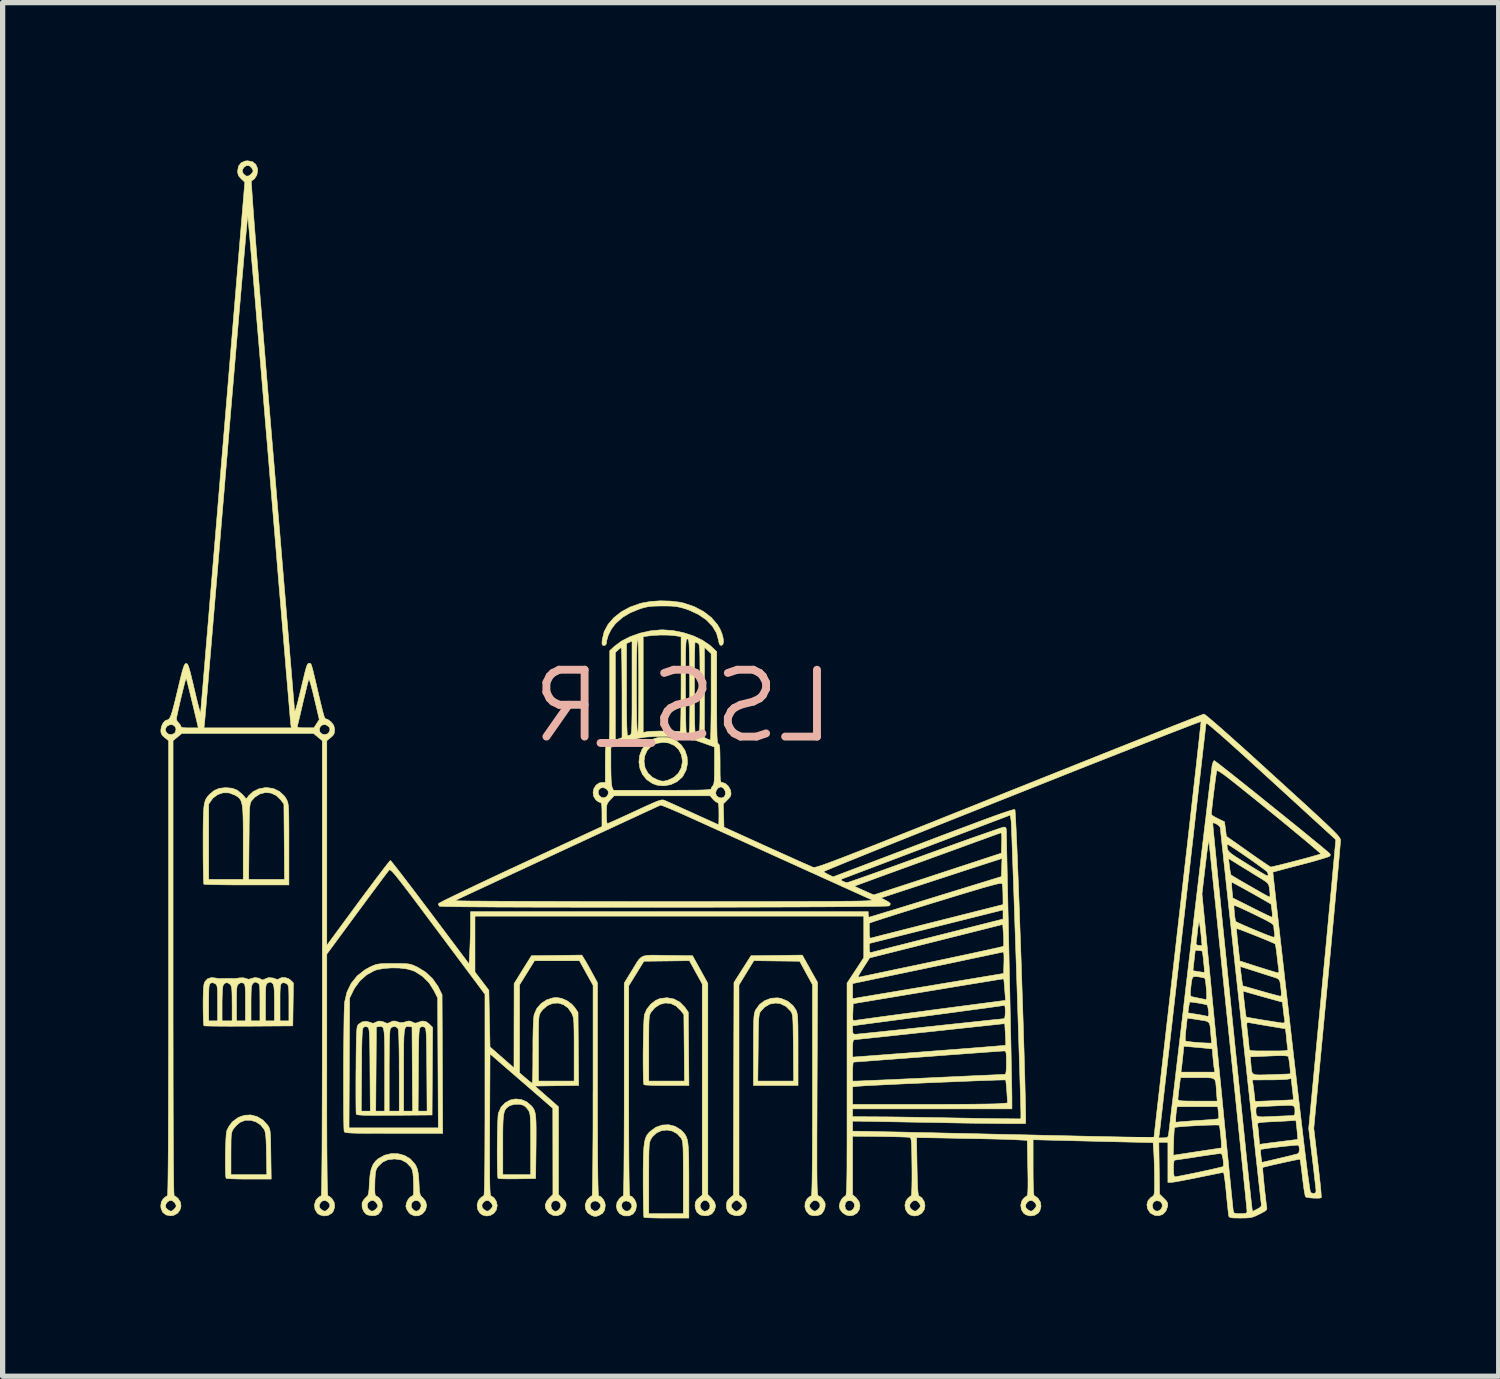
<source format=kicad_pcb>
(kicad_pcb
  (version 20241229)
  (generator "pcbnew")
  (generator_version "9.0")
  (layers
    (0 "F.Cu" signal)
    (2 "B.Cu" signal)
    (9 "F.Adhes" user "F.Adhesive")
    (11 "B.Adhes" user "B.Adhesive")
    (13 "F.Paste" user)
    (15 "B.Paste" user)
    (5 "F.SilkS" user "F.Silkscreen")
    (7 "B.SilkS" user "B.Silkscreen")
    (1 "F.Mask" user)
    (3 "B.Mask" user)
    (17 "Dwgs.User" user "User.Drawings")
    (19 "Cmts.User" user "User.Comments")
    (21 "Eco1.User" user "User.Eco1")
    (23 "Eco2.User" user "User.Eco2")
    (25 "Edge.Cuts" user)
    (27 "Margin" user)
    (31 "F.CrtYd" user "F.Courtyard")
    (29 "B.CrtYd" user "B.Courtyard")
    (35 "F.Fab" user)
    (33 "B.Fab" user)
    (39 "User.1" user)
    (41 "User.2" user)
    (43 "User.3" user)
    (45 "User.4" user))
  (footprint "LSS_R"
    (layer "F.Cu")
    (at 9.932 10.365)
    (property "Reference" "LSS_R" (at 0 0 0) (layer "B.SilkS") (effects (font (size 1.27 1.27) (thickness 0.15)) (justify mirror)))
    (attr through_hole)
    (fp_poly (pts (xy -0.291 0.598) (xy -0.222 0.614) (xy -0.154 0.647) (xy -0.143 0.653) (xy -0.041 0.735) (xy 0.031 0.841) (xy 0.072 0.962) (xy 0.08 1.09) (xy 0.054 1.216) (xy -0.008 1.332) (xy -0.023 1.352) (xy -0.12 1.437) (xy -0.238 1.492) (xy -0.367 1.515) (xy -0.496 1.503) (xy -0.588 1.47) (xy -0.697 1.395) (xy -0.776 1.297) (xy -0.824 1.184) (xy -0.843 1.063) (xy -0.841 1.049) (xy -0.746 1.049) (xy -0.726 1.172) (xy -0.67 1.276) (xy -0.581 1.357) (xy -0.494 1.399) (xy -0.431 1.42) (xy -0.388 1.427) (xy -0.342 1.421) (xy -0.292 1.408) (xy -0.18 1.356) (xy -0.093 1.275) (xy -0.037 1.171) (xy -0.016 1.05) (xy -0.016 1.049) (xy -0.035 0.927) (xy -0.088 0.825) (xy -0.171 0.748) (xy -0.279 0.701) (xy -0.381 0.689) (xy -0.505 0.708) (xy -0.608 0.76) (xy -0.686 0.842) (xy -0.733 0.948) (xy -0.746 1.049) (xy -0.841 1.049) (xy -0.83 0.941) (xy -0.786 0.826) (xy -0.711 0.725) (xy -0.619 0.653) (xy -0.549 0.617) (xy -0.481 0.599) (xy -0.395 0.594) (xy -0.381 0.594) (xy -0.291 0.598)) (stroke (width 0.01) (type solid)) (fill yes) (layer "F.SilkS"))
    (fp_poly (pts (xy -0.181 5.564) (xy -0.067 5.624) (xy 0.027 5.719) (xy 0.032 5.725) (xy 0.095 5.815) (xy 0.101 6.512) (xy 0.107 7.208) (xy -0.313 7.208) (xy -0.443 7.208) (xy -0.557 7.206) (xy -0.651 7.203) (xy -0.716 7.199) (xy -0.747 7.195) (xy -0.748 7.194) (xy -0.753 7.168) (xy -0.757 7.106) (xy -0.76 7.015) (xy -0.762 6.9) (xy -0.763 6.768) (xy -0.763 6.625) (xy -0.762 6.503) (xy -0.656 6.503) (xy -0.656 7.124) (xy 0.023 7.124) (xy 0.011 5.861) (xy -0.049 5.783) (xy -0.136 5.699) (xy -0.236 5.651) (xy -0.341 5.641) (xy -0.445 5.668) (xy -0.541 5.731) (xy -0.608 5.81) (xy -0.622 5.831) (xy -0.633 5.854) (xy -0.641 5.882) (xy -0.647 5.922) (xy -0.651 5.977) (xy -0.654 6.054) (xy -0.655 6.156) (xy -0.656 6.29) (xy -0.656 6.46) (xy -0.656 6.503) (xy -0.762 6.503) (xy -0.761 6.478) (xy -0.759 6.333) (xy -0.756 6.196) (xy -0.753 6.074) (xy -0.748 5.973) (xy -0.743 5.899) (xy -0.738 5.86) (xy -0.693 5.758) (xy -0.619 5.665) (xy -0.527 5.593) (xy -0.445 5.557) (xy -0.31 5.541) (xy -0.181 5.564)) (stroke (width 0.01) (type solid)) (fill yes) (layer "F.SilkS"))
    (fp_poly (pts (xy -0.247 -1.995) (xy -0.068 -1.974) (xy 0.009 -1.957) (xy 0.208 -1.89) (xy 0.384 -1.797) (xy 0.532 -1.683) (xy 0.647 -1.55) (xy 0.697 -1.466) (xy 0.736 -1.373) (xy 0.758 -1.288) (xy 0.764 -1.218) (xy 0.752 -1.17) (xy 0.723 -1.152) (xy 0.696 -1.162) (xy 0.679 -1.198) (xy 0.67 -1.248) (xy 0.63 -1.39) (xy 0.551 -1.521) (xy 0.436 -1.639) (xy 0.287 -1.741) (xy 0.109 -1.824) (xy 0.021 -1.854) (xy -0.059 -1.876) (xy -0.134 -1.891) (xy -0.218 -1.899) (xy -0.324 -1.902) (xy -0.402 -1.902) (xy -0.522 -1.9) (xy -0.612 -1.896) (xy -0.685 -1.885) (xy -0.755 -1.869) (xy -0.835 -1.843) (xy -0.836 -1.843) (xy -1.007 -1.773) (xy -1.146 -1.691) (xy -1.266 -1.588) (xy -1.302 -1.55) (xy -1.371 -1.455) (xy -1.425 -1.347) (xy -1.456 -1.242) (xy -1.46 -1.191) (xy -1.477 -1.159) (xy -1.506 -1.152) (xy -1.531 -1.156) (xy -1.543 -1.173) (xy -1.544 -1.213) (xy -1.539 -1.268) (xy -1.503 -1.415) (xy -1.429 -1.553) (xy -1.321 -1.678) (xy -1.181 -1.789) (xy -1.015 -1.88) (xy -0.825 -1.948) (xy -0.792 -1.957) (xy -0.626 -1.987) (xy -0.438 -2) (xy -0.247 -1.995)) (stroke (width 0.01) (type solid)) (fill yes) (layer "F.SilkS"))
    (fp_poly (pts (xy 1.857 5.554) (xy 1.984 5.607) (xy 2.083 5.689) (xy 2.138 5.77) (xy 2.15 5.795) (xy 2.159 5.823) (xy 2.166 5.858) (xy 2.172 5.906) (xy 2.175 5.972) (xy 2.178 6.059) (xy 2.179 6.174) (xy 2.18 6.321) (xy 2.18 6.505) (xy 2.18 6.53) (xy 2.18 7.208) (xy 1.333 7.208) (xy 1.333 7.124) (xy 1.416 7.124) (xy 2.097 7.124) (xy 2.091 6.49) (xy 2.089 6.309) (xy 2.087 6.166) (xy 2.085 6.055) (xy 2.082 5.972) (xy 2.077 5.911) (xy 2.071 5.868) (xy 2.063 5.838) (xy 2.053 5.816) (xy 2.041 5.797) (xy 2.041 5.797) (xy 1.952 5.707) (xy 1.848 5.655) (xy 1.757 5.642) (xy 1.643 5.662) (xy 1.542 5.722) (xy 1.473 5.797) (xy 1.46 5.816) (xy 1.45 5.838) (xy 1.443 5.868) (xy 1.437 5.91) (xy 1.432 5.971) (xy 1.429 6.054) (xy 1.426 6.165) (xy 1.424 6.308) (xy 1.423 6.488) (xy 1.423 6.49) (xy 1.416 7.124) (xy 1.333 7.124) (xy 1.333 6.53) (xy 1.334 6.342) (xy 1.334 6.191) (xy 1.336 6.072) (xy 1.338 5.981) (xy 1.342 5.913) (xy 1.347 5.863) (xy 1.354 5.827) (xy 1.363 5.798) (xy 1.374 5.773) (xy 1.376 5.77) (xy 1.449 5.669) (xy 1.549 5.595) (xy 1.666 5.551) (xy 1.79 5.543) (xy 1.857 5.554)) (stroke (width 0.01) (type solid)) (fill yes) (layer "F.SilkS"))
    (fp_poly (pts (xy -8.097 7.799) (xy -7.988 7.864) (xy -7.896 7.963) (xy -7.893 7.967) (xy -7.877 7.993) (xy -7.864 8.019) (xy -7.855 8.052) (xy -7.848 8.097) (xy -7.844 8.161) (xy -7.84 8.25) (xy -7.838 8.369) (xy -7.836 8.514) (xy -7.829 8.986) (xy -8.25 8.986) (xy -8.38 8.986) (xy -8.494 8.984) (xy -8.588 8.981) (xy -8.653 8.977) (xy -8.684 8.973) (xy -8.685 8.972) (xy -8.692 8.945) (xy -8.697 8.883) (xy -8.699 8.795) (xy -8.7 8.687) (xy -8.7 8.568) (xy -8.699 8.503) (xy -8.594 8.503) (xy -8.594 8.902) (xy -7.913 8.902) (xy -7.92 8.505) (xy -7.923 8.359) (xy -7.927 8.249) (xy -7.933 8.168) (xy -7.941 8.11) (xy -7.951 8.069) (xy -7.964 8.041) (xy -8.03 7.958) (xy -8.119 7.899) (xy -8.22 7.869) (xy -8.322 7.87) (xy -8.415 7.905) (xy -8.424 7.911) (xy -8.486 7.963) (xy -8.54 8.025) (xy -8.546 8.032) (xy -8.562 8.059) (xy -8.575 8.088) (xy -8.583 8.124) (xy -8.589 8.175) (xy -8.592 8.248) (xy -8.593 8.349) (xy -8.594 8.484) (xy -8.594 8.503) (xy -8.699 8.503) (xy -8.698 8.447) (xy -8.694 8.329) (xy -8.69 8.224) (xy -8.684 8.139) (xy -8.676 8.081) (xy -8.673 8.068) (xy -8.64 7.998) (xy -8.586 7.922) (xy -8.56 7.893) (xy -8.454 7.815) (xy -8.337 7.774) (xy -8.216 7.768) (xy -8.097 7.799)) (stroke (width 0.01) (type solid)) (fill yes) (layer "F.SilkS"))
    (fp_poly (pts (xy -3.08 7.474) (xy -2.975 7.519) (xy -2.885 7.596) (xy -2.859 7.627) (xy -2.839 7.66) (xy -2.823 7.699) (xy -2.811 7.75) (xy -2.803 7.816) (xy -2.798 7.903) (xy -2.796 8.016) (xy -2.796 8.16) (xy -2.797 8.34) (xy -2.798 8.415) (xy -2.805 8.976) (xy -3.155 8.982) (xy -3.273 8.983) (xy -3.376 8.982) (xy -3.456 8.98) (xy -3.506 8.976) (xy -3.52 8.973) (xy -3.525 8.947) (xy -3.529 8.886) (xy -3.532 8.795) (xy -3.534 8.682) (xy -3.535 8.552) (xy -3.535 8.414) (xy -3.534 8.329) (xy -3.429 8.329) (xy -3.429 8.902) (xy -2.9 8.902) (xy -2.9 8.325) (xy -2.9 8.152) (xy -2.901 8.017) (xy -2.903 7.913) (xy -2.906 7.836) (xy -2.91 7.78) (xy -2.917 7.74) (xy -2.926 7.711) (xy -2.937 7.687) (xy -2.941 7.681) (xy -2.982 7.628) (xy -3.027 7.589) (xy -3.031 7.587) (xy -3.108 7.565) (xy -3.199 7.565) (xy -3.282 7.586) (xy -3.309 7.6) (xy -3.343 7.624) (xy -3.37 7.649) (xy -3.39 7.682) (xy -3.405 7.726) (xy -3.416 7.787) (xy -3.423 7.87) (xy -3.427 7.979) (xy -3.429 8.12) (xy -3.429 8.297) (xy -3.429 8.329) (xy -3.534 8.329) (xy -3.534 8.272) (xy -3.532 8.134) (xy -3.529 8.006) (xy -3.525 7.895) (xy -3.521 7.807) (xy -3.516 7.749) (xy -3.513 7.733) (xy -3.463 7.622) (xy -3.387 7.54) (xy -3.293 7.486) (xy -3.188 7.464) (xy -3.08 7.474)) (stroke (width 0.01) (type solid)) (fill yes) (layer "F.SilkS"))
    (fp_poly (pts (xy -0.156 7.984) (xy -0.047 8.052) (xy -0.021 8.076) (xy 0.011 8.11) (xy 0.037 8.145) (xy 0.058 8.185) (xy 0.075 8.234) (xy 0.087 8.298) (xy 0.095 8.38) (xy 0.101 8.485) (xy 0.104 8.619) (xy 0.105 8.784) (xy 0.106 8.987) (xy 0.106 9.026) (xy 0.106 9.727) (xy -0.314 9.727) (xy -0.443 9.727) (xy -0.558 9.725) (xy -0.651 9.722) (xy -0.716 9.718) (xy -0.747 9.714) (xy -0.748 9.713) (xy -0.751 9.689) (xy -0.754 9.643) (xy -0.656 9.643) (xy 0 9.643) (xy -0.000079 8.96) (xy -0.000229 8.771) (xy -0.001 8.62) (xy -0.002 8.501) (xy -0.004 8.411) (xy -0.008 8.344) (xy -0.013 8.295) (xy -0.019 8.26) (xy -0.028 8.235) (xy -0.039 8.213) (xy -0.042 8.208) (xy -0.115 8.126) (xy -0.207 8.075) (xy -0.308 8.055) (xy -0.412 8.066) (xy -0.507 8.109) (xy -0.586 8.182) (xy -0.608 8.216) (xy -0.621 8.24) (xy -0.632 8.265) (xy -0.64 8.295) (xy -0.646 8.336) (xy -0.65 8.393) (xy -0.653 8.469) (xy -0.655 8.571) (xy -0.655 8.703) (xy -0.656 8.869) (xy -0.656 8.971) (xy -0.656 9.643) (xy -0.754 9.643) (xy -0.754 9.628) (xy -0.757 9.535) (xy -0.759 9.415) (xy -0.761 9.274) (xy -0.762 9.116) (xy -0.762 9.029) (xy -0.762 8.819) (xy -0.76 8.646) (xy -0.756 8.506) (xy -0.75 8.395) (xy -0.74 8.309) (xy -0.727 8.241) (xy -0.709 8.188) (xy -0.686 8.146) (xy -0.657 8.109) (xy -0.63 8.082) (xy -0.521 8.002) (xy -0.401 7.96) (xy -0.277 7.954) (xy -0.156 7.984)) (stroke (width 0.01) (type solid)) (fill yes) (layer "F.SilkS"))
    (fp_poly (pts (xy -5.383 4.891) (xy -5.295 4.893) (xy -5.23 4.898) (xy -5.179 4.907) (xy -5.133 4.923) (xy -5.081 4.945) (xy -5.054 4.958) (xy -4.897 5.054) (xy -4.763 5.18) (xy -4.659 5.328) (xy -4.645 5.357) (xy -4.583 5.483) (xy -4.577 6.801) (xy -4.571 8.119) (xy -5.5 8.119) (xy -5.725 8.118) (xy -5.911 8.118) (xy -6.062 8.117) (xy -6.181 8.116) (xy -6.273 8.113) (xy -6.34 8.11) (xy -6.387 8.106) (xy -6.418 8.101) (xy -6.435 8.094) (xy -6.442 8.086) (xy -6.443 8.085) (xy -6.446 8.055) (xy -6.448 8.013) (xy -6.351 8.013) (xy -4.655 8.013) (xy -4.661 6.779) (xy -4.667 5.546) (xy -4.737 5.405) (xy -4.83 5.258) (xy -4.952 5.136) (xy -5.094 5.045) (xy -5.139 5.025) (xy -5.252 4.994) (xy -5.39 4.977) (xy -5.539 4.974) (xy -5.685 4.984) (xy -5.813 5.007) (xy -5.867 5.025) (xy -6.014 5.105) (xy -6.143 5.219) (xy -6.246 5.359) (xy -6.27 5.405) (xy -6.339 5.546) (xy -6.345 6.779) (xy -6.351 8.013) (xy -6.448 8.013) (xy -6.449 7.988) (xy -6.451 7.887) (xy -6.453 7.759) (xy -6.454 7.606) (xy -6.455 7.435) (xy -6.455 7.25) (xy -6.455 7.055) (xy -6.455 6.855) (xy -6.454 6.655) (xy -6.452 6.46) (xy -6.45 6.273) (xy -6.448 6.101) (xy -6.446 5.947) (xy -6.443 5.817) (xy -6.44 5.715) (xy -6.436 5.645) (xy -6.434 5.621) (xy -6.39 5.434) (xy -6.31 5.268) (xy -6.195 5.126) (xy -6.049 5.011) (xy -5.953 4.958) (xy -5.896 4.932) (xy -5.848 4.913) (xy -5.8 4.902) (xy -5.743 4.895) (xy -5.666 4.892) (xy -5.562 4.891) (xy -5.503 4.891) (xy -5.383 4.891)) (stroke (width 0.01) (type solid)) (fill yes) (layer "F.SilkS"))
    (fp_poly (pts (xy -7.786 1.567) (xy -7.672 1.622) (xy -7.58 1.708) (xy -7.542 1.767) (xy -7.529 1.792) (xy -7.519 1.817) (xy -7.511 1.846) (xy -7.505 1.883) (xy -7.5 1.935) (xy -7.497 2.004) (xy -7.495 2.095) (xy -7.494 2.214) (xy -7.493 2.364) (xy -7.493 2.55) (xy -7.493 2.629) (xy -7.493 3.398) (xy -8.294 3.398) (xy -8.474 3.398) (xy -8.641 3.397) (xy -8.789 3.395) (xy -8.915 3.393) (xy -9.013 3.391) (xy -9.079 3.388) (xy -9.108 3.385) (xy -9.109 3.384) (xy -9.112 3.361) (xy -9.115 3.299) (xy -9.118 3.206) (xy -9.12 3.085) (xy -9.122 2.941) (xy -9.123 2.779) (xy -9.123 2.632) (xy -9.123 2.423) (xy -9.122 2.252) (xy -9.119 2.113) (xy -9.115 2.004) (xy -9.108 1.918) (xy -9.1 1.863) (xy -9.017 1.863) (xy -9.017 3.293) (xy -8.361 3.293) (xy -8.257 3.293) (xy -7.576 3.293) (xy -7.588 1.861) (xy -7.649 1.781) (xy -7.735 1.698) (xy -7.835 1.652) (xy -7.941 1.643) (xy -8.046 1.67) (xy -8.143 1.733) (xy -8.2 1.797) (xy -8.212 1.814) (xy -8.222 1.835) (xy -8.229 1.863) (xy -8.235 1.902) (xy -8.24 1.959) (xy -8.243 2.036) (xy -8.246 2.139) (xy -8.248 2.271) (xy -8.249 2.439) (xy -8.251 2.574) (xy -8.257 3.293) (xy -8.361 3.293) (xy -8.361 2.588) (xy -8.361 2.382) (xy -8.362 2.214) (xy -8.365 2.08) (xy -8.37 1.974) (xy -8.379 1.893) (xy -8.392 1.832) (xy -8.409 1.787) (xy -8.432 1.754) (xy -8.462 1.727) (xy -8.499 1.703) (xy -8.522 1.69) (xy -8.631 1.649) (xy -8.742 1.647) (xy -8.846 1.681) (xy -8.935 1.748) (xy -8.965 1.787) (xy -9.017 1.863) (xy -9.1 1.863) (xy -9.098 1.853) (xy -9.085 1.802) (xy -9.067 1.761) (xy -9.044 1.727) (xy -9.016 1.694) (xy -9 1.677) (xy -8.913 1.604) (xy -8.818 1.563) (xy -8.7 1.55) (xy -8.689 1.55) (xy -8.569 1.561) (xy -8.472 1.599) (xy -8.387 1.669) (xy -8.366 1.691) (xy -8.302 1.764) (xy -8.257 1.703) (xy -8.176 1.627) (xy -8.067 1.573) (xy -7.943 1.549) (xy -7.914 1.548) (xy -7.786 1.567)) (stroke (width 0.01) (type solid)) (fill yes) (layer "F.SilkS"))
    (fp_poly (pts (xy -0.514 4.733) (xy -0.377 4.736) (xy -0.3 4.737) (xy 0.176 4.743) (xy 0.321 5.005) (xy 0.466 5.268) (xy 0.466 9.279) (xy 0.54 9.353) (xy 0.597 9.429) (xy 0.614 9.506) (xy 0.589 9.585) (xy 0.589 9.586) (xy 0.542 9.647) (xy 0.478 9.678) (xy 0.411 9.684) (xy 0.323 9.668) (xy 0.261 9.619) (xy 0.228 9.541) (xy 0.224 9.494) (xy 0.318 9.494) (xy 0.332 9.54) (xy 0.365 9.581) (xy 0.403 9.6) (xy 0.405 9.6) (xy 0.439 9.591) (xy 0.467 9.578) (xy 0.502 9.54) (xy 0.508 9.489) (xy 0.49 9.438) (xy 0.451 9.4) (xy 0.405 9.389) (xy 0.368 9.406) (xy 0.334 9.446) (xy 0.318 9.492) (xy 0.318 9.494) (xy 0.224 9.494) (xy 0.223 9.491) (xy 0.23 9.426) (xy 0.257 9.379) (xy 0.292 9.347) (xy 0.36 9.29) (xy 0.36 5.28) (xy 0.238 5.059) (xy 0.116 4.837) (xy -0.316 4.843) (xy -0.748 4.848) (xy -1.036 5.314) (xy -1.037 7.309) (xy -1.037 7.687) (xy -1.036 8.023) (xy -1.035 8.319) (xy -1.034 8.574) (xy -1.032 8.79) (xy -1.03 8.967) (xy -1.027 9.106) (xy -1.024 9.208) (xy -1.021 9.273) (xy -1.016 9.302) (xy -1.015 9.304) (xy -0.971 9.323) (xy -0.929 9.37) (xy -0.899 9.432) (xy -0.889 9.489) (xy -0.906 9.581) (xy -0.954 9.648) (xy -1.026 9.685) (xy -1.116 9.686) (xy -1.137 9.681) (xy -1.209 9.643) (xy -1.255 9.58) (xy -1.272 9.505) (xy -1.172 9.505) (xy -1.154 9.55) (xy -1.106 9.592) (xy -1.051 9.595) (xy -1.007 9.567) (xy -0.976 9.513) (xy -0.986 9.459) (xy -1.025 9.419) (xy -1.084 9.4) (xy -1.134 9.414) (xy -1.166 9.452) (xy -1.172 9.505) (xy -1.272 9.505) (xy -1.272 9.504) (xy -1.258 9.426) (xy -1.214 9.36) (xy -1.173 9.323) (xy -1.143 9.305) (xy -1.14 9.304) (xy -1.137 9.283) (xy -1.135 9.223) (xy -1.133 9.126) (xy -1.13 8.995) (xy -1.128 8.834) (xy -1.127 8.644) (xy -1.125 8.429) (xy -1.124 8.191) (xy -1.123 7.934) (xy -1.122 7.659) (xy -1.122 7.371) (xy -1.122 7.283) (xy -1.122 5.262) (xy -0.982 5.034) (xy -0.924 4.939) (xy -0.88 4.866) (xy -0.841 4.812) (xy -0.802 4.775) (xy -0.757 4.751) (xy -0.698 4.738) (xy -0.619 4.733) (xy -0.514 4.733)) (stroke (width 0.01) (type solid)) (fill yes) (layer "F.SilkS"))
    (fp_poly (pts (xy 2.406 4.991) (xy 2.551 5.251) (xy 2.542 7.277) (xy 2.541 7.619) (xy 2.54 7.92) (xy 2.539 8.185) (xy 2.539 8.414) (xy 2.539 8.61) (xy 2.539 8.776) (xy 2.54 8.914) (xy 2.541 9.027) (xy 2.543 9.116) (xy 2.546 9.185) (xy 2.549 9.236) (xy 2.552 9.271) (xy 2.556 9.292) (xy 2.561 9.302) (xy 2.565 9.304) (xy 2.606 9.321) (xy 2.649 9.365) (xy 2.684 9.42) (xy 2.695 9.45) (xy 2.694 9.515) (xy 2.67 9.586) (xy 2.631 9.643) (xy 2.607 9.662) (xy 2.544 9.68) (xy 2.471 9.682) (xy 2.408 9.668) (xy 2.39 9.658) (xy 2.335 9.593) (xy 2.31 9.513) (xy 2.398 9.513) (xy 2.43 9.554) (xy 2.434 9.558) (xy 2.476 9.592) (xy 2.511 9.595) (xy 2.557 9.565) (xy 2.562 9.562) (xy 2.596 9.512) (xy 2.596 9.458) (xy 2.563 9.413) (xy 2.526 9.396) (xy 2.475 9.395) (xy 2.434 9.426) (xy 2.431 9.43) (xy 2.399 9.477) (xy 2.398 9.513) (xy 2.31 9.513) (xy 2.31 9.513) (xy 2.316 9.431) (xy 2.354 9.361) (xy 2.359 9.356) (xy 2.4 9.321) (xy 2.431 9.304) (xy 2.433 9.304) (xy 2.437 9.286) (xy 2.441 9.233) (xy 2.444 9.144) (xy 2.447 9.017) (xy 2.449 8.853) (xy 2.451 8.65) (xy 2.453 8.408) (xy 2.454 8.126) (xy 2.455 7.803) (xy 2.455 7.439) (xy 2.455 7.298) (xy 2.454 5.293) (xy 2.211 4.848) (xy 1.776 4.843) (xy 1.341 4.837) (xy 1.199 5.068) (xy 1.058 5.299) (xy 1.058 9.297) (xy 1.109 9.324) (xy 1.169 9.377) (xy 1.199 9.45) (xy 1.2 9.53) (xy 1.17 9.607) (xy 1.124 9.658) (xy 1.062 9.682) (xy 0.985 9.681) (xy 0.91 9.658) (xy 0.877 9.636) (xy 0.838 9.592) (xy 0.822 9.539) (xy 0.82 9.494) (xy 0.82 9.491) (xy 0.91 9.491) (xy 0.925 9.534) (xy 0.961 9.576) (xy 1.001 9.599) (xy 1.009 9.6) (xy 1.044 9.586) (xy 1.079 9.558) (xy 1.111 9.52) (xy 1.122 9.494) (xy 1.106 9.462) (xy 1.071 9.423) (xy 1.031 9.395) (xy 1.012 9.389) (xy 0.972 9.405) (xy 0.932 9.443) (xy 0.911 9.484) (xy 0.91 9.491) (xy 0.82 9.491) (xy 0.825 9.428) (xy 0.848 9.382) (xy 0.886 9.346) (xy 0.952 9.291) (xy 0.957 7.271) (xy 0.963 5.251) (xy 1.286 4.743) (xy 1.773 4.737) (xy 2.261 4.731) (xy 2.406 4.991)) (stroke (width 0.01) (type solid)) (fill yes) (layer "F.SilkS"))
    (fp_poly (pts (xy -5.418 8.505) (xy -5.296 8.538) (xy -5.188 8.602) (xy -5.103 8.695) (xy -5.077 8.738) (xy -5.054 8.793) (xy -5.039 8.861) (xy -5.028 8.951) (xy -5.021 9.059) (xy -5.016 9.161) (xy -5.01 9.23) (xy -5 9.276) (xy -4.986 9.305) (xy -4.964 9.329) (xy -4.951 9.34) (xy -4.894 9.412) (xy -4.876 9.493) (xy -4.899 9.577) (xy -4.955 9.646) (xy -5.027 9.683) (xy -5.105 9.686) (xy -5.18 9.654) (xy -5.216 9.62) (xy -5.251 9.565) (xy -5.27 9.511) (xy -5.271 9.502) (xy -5.266 9.477) (xy -5.169 9.477) (xy -5.16 9.531) (xy -5.126 9.574) (xy -5.078 9.598) (xy -5.034 9.584) (xy -5.007 9.559) (xy -4.98 9.504) (xy -4.988 9.448) (xy -5.026 9.407) (xy -5.052 9.396) (xy -5.11 9.398) (xy -5.151 9.429) (xy -5.169 9.477) (xy -5.266 9.477) (xy -5.257 9.433) (xy -5.225 9.368) (xy -5.181 9.323) (xy -5.163 9.314) (xy -5.144 9.306) (xy -5.132 9.29) (xy -5.125 9.258) (xy -5.123 9.204) (xy -5.124 9.12) (xy -5.126 9.06) (xy -5.13 8.951) (xy -5.137 8.874) (xy -5.147 8.822) (xy -5.162 8.784) (xy -5.177 8.76) (xy -5.259 8.674) (xy -5.353 8.624) (xy -5.47 8.606) (xy -5.493 8.605) (xy -5.614 8.619) (xy -5.712 8.664) (xy -5.795 8.743) (xy -5.808 8.76) (xy -5.828 8.793) (xy -5.842 8.834) (xy -5.851 8.891) (xy -5.857 8.975) (xy -5.86 9.062) (xy -5.862 9.178) (xy -5.859 9.255) (xy -5.851 9.295) (xy -5.843 9.304) (xy -5.813 9.318) (xy -5.771 9.351) (xy -5.767 9.356) (xy -5.725 9.425) (xy -5.717 9.506) (xy -5.739 9.586) (xy -5.792 9.653) (xy -5.798 9.658) (xy -5.853 9.679) (xy -5.926 9.682) (xy -5.996 9.668) (xy -6.026 9.653) (xy -6.074 9.598) (xy -6.102 9.523) (xy -6.103 9.478) (xy -6.006 9.478) (xy -5.995 9.535) (xy -5.979 9.559) (xy -5.931 9.595) (xy -5.885 9.591) (xy -5.842 9.558) (xy -5.808 9.516) (xy -5.805 9.481) (xy -5.835 9.435) (xy -5.838 9.43) (xy -5.879 9.396) (xy -5.929 9.395) (xy -5.933 9.396) (xy -5.984 9.427) (xy -6.006 9.478) (xy -6.103 9.478) (xy -6.104 9.448) (xy -6.098 9.426) (xy -6.066 9.373) (xy -6.027 9.333) (xy -6.004 9.312) (xy -5.988 9.285) (xy -5.978 9.245) (xy -5.971 9.182) (xy -5.966 9.087) (xy -5.964 9.059) (xy -5.952 8.911) (xy -5.93 8.797) (xy -5.895 8.71) (xy -5.844 8.642) (xy -5.795 8.599) (xy -5.675 8.533) (xy -5.547 8.502) (xy -5.418 8.505)) (stroke (width 0.01) (type solid)) (fill yes) (layer "F.SilkS"))
    (fp_poly (pts (xy -5.179 5.988) (xy -5.147 6.003) (xy -5.098 6.024) (xy -5.056 6.017) (xy -5.038 6.008) (xy -4.956 5.983) (xy -4.883 5.998) (xy -4.824 6.043) (xy -4.762 6.105) (xy -4.768 6.937) (xy -4.773 7.769) (xy -5.488 7.775) (xy -5.687 7.776) (xy -5.848 7.777) (xy -5.974 7.776) (xy -6.069 7.774) (xy -6.137 7.77) (xy -6.181 7.766) (xy -6.205 7.759) (xy -6.214 7.752) (xy -6.216 7.726) (xy -6.217 7.695) (xy -6.118 7.695) (xy -5.947 7.695) (xy -5.843 7.695) (xy -5.673 7.695) (xy -5.673 6.932) (xy -5.588 6.932) (xy -5.588 7.695) (xy -5.397 7.695) (xy -5.397 6.932) (xy -5.398 6.915) (xy -5.313 6.915) (xy -5.313 7.695) (xy -5.143 7.695) (xy -5.038 7.695) (xy -4.868 7.695) (xy -4.873 6.909) (xy -4.875 6.705) (xy -4.877 6.539) (xy -4.879 6.407) (xy -4.881 6.306) (xy -4.884 6.23) (xy -4.889 6.176) (xy -4.894 6.14) (xy -4.901 6.117) (xy -4.91 6.105) (xy -4.916 6.1) (xy -4.961 6.088) (xy -4.99 6.1) (xy -5 6.108) (xy -5.008 6.124) (xy -5.014 6.151) (xy -5.019 6.193) (xy -5.023 6.254) (xy -5.026 6.339) (xy -5.028 6.451) (xy -5.03 6.594) (xy -5.032 6.773) (xy -5.033 6.909) (xy -5.038 7.695) (xy -5.143 7.695) (xy -5.149 6.896) (xy -5.154 6.097) (xy -5.203 6.09) (xy -5.23 6.087) (xy -5.253 6.088) (xy -5.271 6.098) (xy -5.285 6.119) (xy -5.295 6.157) (xy -5.303 6.214) (xy -5.308 6.295) (xy -5.311 6.404) (xy -5.312 6.543) (xy -5.313 6.718) (xy -5.313 6.915) (xy -5.398 6.915) (xy -5.398 6.71) (xy -5.4 6.522) (xy -5.403 6.367) (xy -5.407 6.249) (xy -5.412 6.169) (xy -5.418 6.13) (xy -5.419 6.128) (xy -5.457 6.095) (xy -5.493 6.087) (xy -5.543 6.103) (xy -5.566 6.128) (xy -5.572 6.161) (xy -5.578 6.235) (xy -5.582 6.348) (xy -5.585 6.497) (xy -5.587 6.681) (xy -5.588 6.898) (xy -5.588 6.932) (xy -5.673 6.932) (xy -5.673 6.915) (xy -5.673 6.704) (xy -5.673 6.532) (xy -5.675 6.395) (xy -5.678 6.289) (xy -5.683 6.21) (xy -5.691 6.154) (xy -5.701 6.117) (xy -5.716 6.097) (xy -5.734 6.088) (xy -5.757 6.087) (xy -5.783 6.09) (xy -5.831 6.097) (xy -5.837 6.896) (xy -5.843 7.695) (xy -5.947 7.695) (xy -5.953 6.909) (xy -5.954 6.705) (xy -5.956 6.539) (xy -5.958 6.407) (xy -5.961 6.306) (xy -5.964 6.23) (xy -5.968 6.176) (xy -5.974 6.14) (xy -5.981 6.117) (xy -5.989 6.105) (xy -5.995 6.1) (xy -6.041 6.088) (xy -6.07 6.1) (xy -6.079 6.108) (xy -6.087 6.124) (xy -6.093 6.151) (xy -6.098 6.193) (xy -6.102 6.254) (xy -6.105 6.339) (xy -6.108 6.451) (xy -6.11 6.594) (xy -6.111 6.773) (xy -6.112 6.909) (xy -6.118 7.695) (xy -6.217 7.695) (xy -6.218 7.661) (xy -6.219 7.564) (xy -6.22 7.439) (xy -6.22 7.291) (xy -6.22 7.124) (xy -6.219 6.943) (xy -6.218 6.908) (xy -6.217 6.699) (xy -6.215 6.529) (xy -6.213 6.393) (xy -6.211 6.287) (xy -6.207 6.207) (xy -6.203 6.148) (xy -6.198 6.107) (xy -6.191 6.079) (xy -6.183 6.061) (xy -6.173 6.048) (xy -6.105 6.001) (xy -6.023 5.989) (xy -5.951 6.008) (xy -5.903 6.026) (xy -5.869 6.02) (xy -5.852 6.009) (xy -5.782 5.983) (xy -5.703 5.997) (xy -5.675 6.01) (xy -5.632 6.027) (xy -5.591 6.019) (xy -5.565 6.005) (xy -5.518 5.984) (xy -5.473 5.985) (xy -5.431 5.999) (xy -5.366 6.015) (xy -5.308 6.008) (xy -5.28 5.999) (xy -5.222 5.983) (xy -5.179 5.988)) (stroke (width 0.01) (type solid)) (fill yes) (layer "F.SilkS"))
    (fp_poly (pts (xy -8.059 5.17) (xy -8.032 5.185) (xy -7.993 5.204) (xy -7.959 5.192) (xy -7.949 5.185) (xy -7.877 5.158) (xy -7.791 5.167) (xy -7.758 5.18) (xy -7.711 5.194) (xy -7.68 5.182) (xy -7.679 5.18) (xy -7.629 5.157) (xy -7.562 5.158) (xy -7.496 5.181) (xy -7.46 5.208) (xy -7.407 5.26) (xy -7.413 5.668) (xy -7.419 6.076) (xy -8.257 6.082) (xy -8.441 6.082) (xy -8.612 6.083) (xy -8.765 6.082) (xy -8.895 6.081) (xy -8.999 6.079) (xy -9.07 6.077) (xy -9.106 6.074) (xy -9.108 6.073) (xy -9.113 6.048) (xy -9.117 5.988) (xy -9.12 5.899) (xy -9.122 5.79) (xy -9.123 5.68) (xy -9.123 5.632) (xy -9.017 5.632) (xy -9.017 5.981) (xy -8.848 5.981) (xy -8.848 5.662) (xy -8.763 5.662) (xy -8.763 5.981) (xy -8.572 5.981) (xy -8.572 5.653) (xy -8.573 5.643) (xy -8.488 5.643) (xy -8.488 5.981) (xy -8.319 5.981) (xy -8.319 5.644) (xy -8.213 5.644) (xy -8.213 5.981) (xy -8.043 5.981) (xy -8.043 5.632) (xy -7.938 5.632) (xy -7.938 5.981) (xy -7.768 5.981) (xy -7.768 5.644) (xy -7.768 5.632) (xy -7.662 5.632) (xy -7.662 5.981) (xy -7.493 5.981) (xy -7.493 5.643) (xy -7.493 5.516) (xy -7.495 5.425) (xy -7.498 5.363) (xy -7.504 5.323) (xy -7.514 5.298) (xy -7.528 5.282) (xy -7.539 5.274) (xy -7.588 5.254) (xy -7.623 5.263) (xy -7.638 5.274) (xy -7.648 5.294) (xy -7.655 5.328) (xy -7.659 5.383) (xy -7.662 5.466) (xy -7.662 5.583) (xy -7.662 5.632) (xy -7.768 5.632) (xy -7.769 5.512) (xy -7.771 5.416) (xy -7.776 5.35) (xy -7.783 5.308) (xy -7.794 5.282) (xy -7.801 5.273) (xy -7.833 5.246) (xy -7.86 5.244) (xy -7.897 5.262) (xy -7.912 5.273) (xy -7.923 5.291) (xy -7.93 5.323) (xy -7.934 5.376) (xy -7.937 5.454) (xy -7.937 5.566) (xy -7.938 5.632) (xy -8.043 5.632) (xy -8.044 5.503) (xy -8.045 5.409) (xy -8.048 5.345) (xy -8.054 5.304) (xy -8.063 5.28) (xy -8.076 5.267) (xy -8.084 5.262) (xy -8.125 5.243) (xy -8.151 5.248) (xy -8.179 5.273) (xy -8.192 5.293) (xy -8.202 5.326) (xy -8.208 5.38) (xy -8.211 5.46) (xy -8.213 5.573) (xy -8.213 5.644) (xy -8.319 5.644) (xy -8.319 5.632) (xy -8.319 5.502) (xy -8.32 5.409) (xy -8.324 5.344) (xy -8.33 5.303) (xy -8.339 5.279) (xy -8.352 5.266) (xy -8.358 5.263) (xy -8.404 5.255) (xy -8.442 5.274) (xy -8.459 5.288) (xy -8.472 5.307) (xy -8.48 5.338) (xy -8.485 5.387) (xy -8.487 5.461) (xy -8.488 5.567) (xy -8.488 5.643) (xy -8.573 5.643) (xy -8.573 5.527) (xy -8.575 5.436) (xy -8.579 5.373) (xy -8.586 5.332) (xy -8.597 5.305) (xy -8.612 5.285) (xy -8.614 5.283) (xy -8.665 5.254) (xy -8.712 5.266) (xy -8.742 5.305) (xy -8.75 5.339) (xy -8.756 5.406) (xy -8.76 5.499) (xy -8.763 5.609) (xy -8.763 5.662) (xy -8.848 5.662) (xy -8.848 5.643) (xy -8.848 5.516) (xy -8.849 5.425) (xy -8.853 5.363) (xy -8.859 5.323) (xy -8.869 5.298) (xy -8.883 5.282) (xy -8.893 5.274) (xy -8.943 5.254) (xy -8.978 5.263) (xy -8.992 5.274) (xy -9.003 5.294) (xy -9.01 5.328) (xy -9.014 5.383) (xy -9.016 5.466) (xy -9.017 5.583) (xy -9.017 5.632) (xy -9.123 5.632) (xy -9.122 5.534) (xy -9.119 5.424) (xy -9.114 5.344) (xy -9.107 5.288) (xy -9.095 5.25) (xy -9.091 5.239) (xy -9.039 5.182) (xy -8.966 5.158) (xy -8.895 5.165) (xy -8.838 5.175) (xy -8.8 5.177) (xy -8.75 5.175) (xy -8.678 5.174) (xy -8.602 5.174) (xy -8.543 5.176) (xy -8.535 5.176) (xy -8.489 5.173) (xy -8.429 5.164) (xy -8.428 5.164) (xy -8.355 5.162) (xy -8.309 5.176) (xy -8.256 5.191) (xy -8.217 5.179) (xy -8.137 5.157) (xy -8.059 5.17)) (stroke (width 0.01) (type solid)) (fill yes) (layer "F.SilkS"))
    (fp_poly (pts (xy -8.186 -10.343) (xy -8.123 -10.294) (xy -8.09 -10.217) (xy -8.086 -10.169) (xy -8.103 -10.087) (xy -8.147 -10.017) (xy -8.205 -9.977) (xy -8.206 -9.955) (xy -8.203 -9.891) (xy -8.196 -9.786) (xy -8.186 -9.639) (xy -8.173 -9.452) (xy -8.156 -9.225) (xy -8.135 -8.958) (xy -8.111 -8.651) (xy -8.083 -8.305) (xy -8.052 -7.921) (xy -8.017 -7.498) (xy -7.979 -7.037) (xy -7.938 -6.538) (xy -7.894 -6.002) (xy -7.846 -5.429) (xy -7.808 -4.973) (xy -7.769 -4.516) (xy -7.732 -4.07) (xy -7.696 -3.636) (xy -7.66 -3.217) (xy -7.627 -2.815) (xy -7.595 -2.43) (xy -7.564 -2.066) (xy -7.536 -1.723) (xy -7.509 -1.404) (xy -7.485 -1.111) (xy -7.463 -0.845) (xy -7.443 -0.609) (xy -7.426 -0.404) (xy -7.412 -0.232) (xy -7.4 -0.096) (xy -7.392 0.004) (xy -7.387 0.066) (xy -7.386 0.086) (xy -7.382 0.1) (xy -7.371 0.08) (xy -7.353 0.026) (xy -7.328 -0.065) (xy -7.296 -0.193) (xy -7.256 -0.36) (xy -7.217 -0.523) (xy -7.189 -0.64) (xy -7.167 -0.722) (xy -7.149 -0.775) (xy -7.133 -0.803) (xy -7.116 -0.813) (xy -7.111 -0.814) (xy -7.097 -0.814) (xy -7.086 -0.811) (xy -7.076 -0.801) (xy -7.065 -0.778) (xy -7.053 -0.738) (xy -7.036 -0.676) (xy -7.014 -0.586) (xy -6.985 -0.465) (xy -6.953 -0.327) (xy -6.914 -0.159) (xy -6.882 -0.027) (xy -6.858 0.072) (xy -6.839 0.143) (xy -6.825 0.192) (xy -6.813 0.222) (xy -6.803 0.237) (xy -6.794 0.244) (xy -6.783 0.245) (xy -6.781 0.245) (xy -6.747 0.259) (xy -6.7 0.294) (xy -6.687 0.306) (xy -6.642 0.365) (xy -6.626 0.43) (xy -6.625 0.454) (xy -6.631 0.514) (xy -6.655 0.558) (xy -6.699 0.598) (xy -6.773 0.657) (xy -6.773 2.601) (xy -6.773 4.546) (xy -6.179 3.739) (xy -6.059 3.577) (xy -5.946 3.426) (xy -5.843 3.288) (xy -5.752 3.169) (xy -5.677 3.07) (xy -5.619 2.996) (xy -5.58 2.949) (xy -5.565 2.933) (xy -5.549 2.949) (xy -5.51 2.997) (xy -5.451 3.072) (xy -5.373 3.172) (xy -5.279 3.295) (xy -5.171 3.436) (xy -5.051 3.594) (xy -4.923 3.764) (xy -4.808 3.916) (xy -4.07 4.9) (xy -4.057 4.643) (xy -4.051 4.51) (xy -4.046 4.362) (xy -4.043 4.22) (xy -4.043 4.147) (xy -4.043 3.906) (xy 3.514 3.906) (xy 3.514 3.959) (xy 3.519 3.999) (xy 3.53 4.011) (xy 3.552 4.004) (xy 3.612 3.987) (xy 3.704 3.959) (xy 3.827 3.921) (xy 3.977 3.876) (xy 4.149 3.823) (xy 4.34 3.764) (xy 4.548 3.7) (xy 4.768 3.632) (xy 4.794 3.624) (xy 6.043 3.239) (xy 6.049 3.067) (xy 6.055 2.895) (xy 5.573 3.051) (xy 5.425 3.099) (xy 5.247 3.157) (xy 5.05 3.222) (xy 4.844 3.289) (xy 4.639 3.356) (xy 4.447 3.419) (xy 4.424 3.426) (xy 3.757 3.645) (xy 3.847 3.691) (xy 3.907 3.726) (xy 3.933 3.752) (xy 3.928 3.777) (xy 3.912 3.796) (xy 3.888 3.799) (xy 3.825 3.801) (xy 3.724 3.804) (xy 3.588 3.806) (xy 3.42 3.808) (xy 3.222 3.81) (xy 2.996 3.812) (xy 2.744 3.814) (xy 2.47 3.815) (xy 2.176 3.817) (xy 1.864 3.818) (xy 1.536 3.819) (xy 1.195 3.82) (xy 0.844 3.821) (xy 0.485 3.822) (xy 0.12 3.822) (xy -0.248 3.822) (xy -0.617 3.823) (xy -0.984 3.823) (xy -1.347 3.823) (xy -1.703 3.822) (xy -2.051 3.822) (xy -2.387 3.821) (xy -2.709 3.821) (xy -3.014 3.82) (xy -3.301 3.819) (xy -3.566 3.818) (xy -3.808 3.816) (xy -4.024 3.815) (xy -4.211 3.813) (xy -4.367 3.811) (xy -4.489 3.809) (xy -4.576 3.806) (xy -4.624 3.804) (xy -4.633 3.802) (xy -4.653 3.771) (xy -4.651 3.754) (xy -4.631 3.74) (xy -4.575 3.711) (xy -4.546 3.696) (xy -4.339 3.696) (xy -4.322 3.698) (xy -4.264 3.7) (xy -4.167 3.702) (xy -4.034 3.704) (xy -3.865 3.705) (xy -3.663 3.707) (xy -3.429 3.708) (xy -3.165 3.709) (xy -2.874 3.71) (xy -2.556 3.711) (xy -2.214 3.712) (xy -1.849 3.713) (xy -1.464 3.713) (xy -1.059 3.714) (xy -0.637 3.714) (xy -0.36 3.714) (xy 0.124 3.714) (xy 0.567 3.714) (xy 0.972 3.713) (xy 1.339 3.713) (xy 1.671 3.713) (xy 1.969 3.712) (xy 2.236 3.712) (xy 2.472 3.711) (xy 2.679 3.711) (xy 2.86 3.71) (xy 3.016 3.708) (xy 3.149 3.707) (xy 3.26 3.706) (xy 3.351 3.704) (xy 3.424 3.702) (xy 3.481 3.7) (xy 3.523 3.697) (xy 3.553 3.694) (xy 3.571 3.691) (xy 3.58 3.688) (xy 3.581 3.684) (xy 3.576 3.68) (xy 3.567 3.675) (xy 3.567 3.675) (xy 3.534 3.66) (xy 3.465 3.629) (xy 3.363 3.583) (xy 3.23 3.523) (xy 3.07 3.45) (xy 3.008 3.422) (xy 3.25 3.422) (xy 3.429 3.505) (xy 3.509 3.54) (xy 3.572 3.568) (xy 3.612 3.584) (xy 3.619 3.587) (xy 3.641 3.58) (xy 3.699 3.562) (xy 3.79 3.532) (xy 3.911 3.493) (xy 4.059 3.445) (xy 4.228 3.39) (xy 4.417 3.328) (xy 4.622 3.261) (xy 4.837 3.19) (xy 6.043 2.794) (xy 6.049 2.596) (xy 6.051 2.501) (xy 6.048 2.442) (xy 6.041 2.413) (xy 6.028 2.409) (xy 6.028 2.409) (xy 6.004 2.418) (xy 5.943 2.44) (xy 5.85 2.474) (xy 5.727 2.519) (xy 5.577 2.573) (xy 5.405 2.636) (xy 5.213 2.706) (xy 5.004 2.782) (xy 4.783 2.862) (xy 4.688 2.897) (xy 4.462 2.979) (xy 4.246 3.058) (xy 4.044 3.131) (xy 3.859 3.198) (xy 3.695 3.258) (xy 3.556 3.309) (xy 3.445 3.35) (xy 3.365 3.379) (xy 3.32 3.395) (xy 3.313 3.398) (xy 3.25 3.422) (xy 3.008 3.422) (xy 2.884 3.366) (xy 2.737 3.299) (xy 2.996 3.299) (xy 3.005 3.313) (xy 3.029 3.327) (xy 3.078 3.348) (xy 3.109 3.355) (xy 3.133 3.348) (xy 3.194 3.328) (xy 3.288 3.295) (xy 3.412 3.252) (xy 3.564 3.198) (xy 3.739 3.136) (xy 3.935 3.065) (xy 4.148 2.988) (xy 4.375 2.906) (xy 4.593 2.827) (xy 4.831 2.741) (xy 5.058 2.659) (xy 5.271 2.582) (xy 5.467 2.512) (xy 5.642 2.451) (xy 5.793 2.398) (xy 5.917 2.355) (xy 6.01 2.323) (xy 6.07 2.304) (xy 6.093 2.298) (xy 6.123 2.305) (xy 6.136 2.333) (xy 6.139 2.377) (xy 6.139 2.408) (xy 6.14 2.479) (xy 6.143 2.587) (xy 6.145 2.729) (xy 6.149 2.901) (xy 6.153 3.103) (xy 6.158 3.33) (xy 6.164 3.579) (xy 6.169 3.849) (xy 6.176 4.137) (xy 6.182 4.438) (xy 6.189 4.752) (xy 6.191 4.859) (xy 6.198 5.179) (xy 6.205 5.489) (xy 6.211 5.788) (xy 6.217 6.071) (xy 6.223 6.337) (xy 6.228 6.582) (xy 6.232 6.803) (xy 6.236 6.998) (xy 6.239 7.162) (xy 6.242 7.294) (xy 6.243 7.391) (xy 6.244 7.449) (xy 6.244 7.457) (xy 6.244 7.653) (xy 3.217 7.653) (xy 3.217 7.801) (xy 3.72 7.804) (xy 3.873 7.805) (xy 4.057 7.807) (xy 4.262 7.81) (xy 4.478 7.813) (xy 4.694 7.817) (xy 4.898 7.82) (xy 4.942 7.821) (xy 5.135 7.825) (xy 5.332 7.828) (xy 5.526 7.832) (xy 5.708 7.835) (xy 5.868 7.837) (xy 5.999 7.839) (xy 6.038 7.839) (xy 6.413 7.843) (xy 6.414 7.775) (xy 6.414 7.729) (xy 6.412 7.646) (xy 6.409 7.528) (xy 6.405 7.377) (xy 6.399 7.198) (xy 6.393 6.993) (xy 6.386 6.766) (xy 6.378 6.519) (xy 6.37 6.255) (xy 6.361 5.978) (xy 6.352 5.69) (xy 6.342 5.395) (xy 6.332 5.096) (xy 6.322 4.795) (xy 6.312 4.496) (xy 6.302 4.203) (xy 6.292 3.917) (xy 6.283 3.642) (xy 6.274 3.381) (xy 6.265 3.138) (xy 6.257 2.914) (xy 6.25 2.714) (xy 6.244 2.541) (xy 6.238 2.397) (xy 6.234 2.285) (xy 6.23 2.209) (xy 6.228 2.171) (xy 6.227 2.169) (xy 6.212 2.071) (xy 4.688 2.65) (xy 4.444 2.743) (xy 4.209 2.832) (xy 3.987 2.916) (xy 3.782 2.994) (xy 3.596 3.064) (xy 3.433 3.126) (xy 3.296 3.178) (xy 3.188 3.219) (xy 3.113 3.248) (xy 3.074 3.262) (xy 3.071 3.263) (xy 3.016 3.285) (xy 2.996 3.299) (xy 2.737 3.299) (xy 2.676 3.272) (xy 2.448 3.168) (xy 2.398 3.146) (xy 2.667 3.146) (xy 2.684 3.161) (xy 2.728 3.186) (xy 2.757 3.201) (xy 2.847 3.244) (xy 4.561 2.593) (xy 4.879 2.472) (xy 5.16 2.366) (xy 5.405 2.275) (xy 5.615 2.196) (xy 5.794 2.13) (xy 5.942 2.076) (xy 6.062 2.034) (xy 6.156 2.002) (xy 6.224 1.981) (xy 6.27 1.968) (xy 6.295 1.965) (xy 6.3 1.966) (xy 6.304 1.99) (xy 6.308 2.053) (xy 6.314 2.152) (xy 6.321 2.285) (xy 6.328 2.448) (xy 6.337 2.639) (xy 6.346 2.855) (xy 6.355 3.093) (xy 6.365 3.349) (xy 6.375 3.621) (xy 6.386 3.907) (xy 6.396 4.202) (xy 6.407 4.505) (xy 6.418 4.811) (xy 6.428 5.119) (xy 6.438 5.426) (xy 6.448 5.728) (xy 6.458 6.022) (xy 6.466 6.306) (xy 6.475 6.577) (xy 6.482 6.831) (xy 6.489 7.066) (xy 6.494 7.279) (xy 6.499 7.468) (xy 6.503 7.628) (xy 6.505 7.757) (xy 6.506 7.852) (xy 6.505 7.911) (xy 6.503 7.93) (xy 6.48 7.932) (xy 6.418 7.933) (xy 6.32 7.933) (xy 6.19 7.933) (xy 6.032 7.931) (xy 5.848 7.929) (xy 5.641 7.927) (xy 5.417 7.924) (xy 5.177 7.92) (xy 4.964 7.916) (xy 4.71 7.911) (xy 4.467 7.907) (xy 4.238 7.903) (xy 4.026 7.899) (xy 3.835 7.896) (xy 3.669 7.893) (xy 3.531 7.89) (xy 3.425 7.889) (xy 3.356 7.887) (xy 3.328 7.887) (xy 3.217 7.886) (xy 3.217 8.076) (xy 3.381 8.078) (xy 3.423 8.079) (xy 3.504 8.08) (xy 3.623 8.083) (xy 3.775 8.086) (xy 3.958 8.09) (xy 4.17 8.094) (xy 4.408 8.1) (xy 4.669 8.105) (xy 4.95 8.112) (xy 5.248 8.118) (xy 5.561 8.125) (xy 5.886 8.133) (xy 6.17 8.139) (xy 6.501 8.146) (xy 6.821 8.154) (xy 7.128 8.16) (xy 7.419 8.167) (xy 7.69 8.173) (xy 7.941 8.178) (xy 8.167 8.183) (xy 8.366 8.187) (xy 8.536 8.19) (xy 8.674 8.193) (xy 8.777 8.195) (xy 8.843 8.196) (xy 8.869 8.196) (xy 8.942 8.193) (xy 9.391 4.256) (xy 9.437 3.852) (xy 9.482 3.459) (xy 9.525 3.079) (xy 9.567 2.715) (xy 9.606 2.368) (xy 9.643 2.041) (xy 9.677 1.735) (xy 9.709 1.453) (xy 9.738 1.196) (xy 9.763 0.967) (xy 9.785 0.768) (xy 9.804 0.601) (xy 9.818 0.468) (xy 9.829 0.372) (xy 9.835 0.313) (xy 9.836 0.294) (xy 9.817 0.3) (xy 9.76 0.32) (xy 9.669 0.354) (xy 9.546 0.402) (xy 9.393 0.461) (xy 9.212 0.531) (xy 9.007 0.611) (xy 8.779 0.701) (xy 8.53 0.799) (xy 8.264 0.904) (xy 7.982 1.015) (xy 7.687 1.131) (xy 7.382 1.252) (xy 7.068 1.377) (xy 6.748 1.504) (xy 6.424 1.633) (xy 6.099 1.762) (xy 5.775 1.891) (xy 5.455 2.019) (xy 5.14 2.144) (xy 4.834 2.266) (xy 4.538 2.385) (xy 4.256 2.498) (xy 3.988 2.605) (xy 3.739 2.705) (xy 3.51 2.798) (xy 3.303 2.882) (xy 3.121 2.955) (xy 2.966 3.019) (xy 2.841 3.07) (xy 2.748 3.109) (xy 2.689 3.134) (xy 2.667 3.145) (xy 2.667 3.146) (xy 2.398 3.146) (xy 2.202 3.057) (xy 1.942 2.939) (xy 1.67 2.816) (xy 1.389 2.688) (xy 1.101 2.557) (xy 0.809 2.425) (xy 0.516 2.292) (xy 0.224 2.16) (xy 0.171 2.136) (xy 0.025 2.07) (xy -0.109 2.011) (xy -0.227 1.96) (xy -0.322 1.921) (xy -0.391 1.894) (xy -0.428 1.882) (xy -0.432 1.882) (xy -0.457 1.893) (xy -0.517 1.92) (xy -0.609 1.963) (xy -0.729 2.018) (xy -0.875 2.086) (xy -1.044 2.164) (xy -1.232 2.251) (xy -1.436 2.346) (xy -1.653 2.446) (xy -1.88 2.552) (xy -2.114 2.66) (xy -2.351 2.77) (xy -2.589 2.881) (xy -2.824 2.99) (xy -3.053 3.097) (xy -3.274 3.199) (xy -3.482 3.296) (xy -3.675 3.386) (xy -3.849 3.467) (xy -4.002 3.538) (xy -4.13 3.598) (xy -4.231 3.645) (xy -4.3 3.678) (xy -4.335 3.694) (xy -4.339 3.696) (xy -4.546 3.696) (xy -4.486 3.666) (xy -4.367 3.608) (xy -4.222 3.538) (xy -4.052 3.457) (xy -3.862 3.366) (xy -3.653 3.268) (xy -3.43 3.163) (xy -3.193 3.053) (xy -3.092 3.006) (xy -1.545 2.288) (xy -1.545 2.06) (xy -1.545 2.047) (xy -1.46 2.047) (xy -1.459 2.13) (xy -1.454 2.194) (xy -1.448 2.23) (xy -1.444 2.234) (xy -1.422 2.226) (xy -1.366 2.202) (xy -1.282 2.164) (xy -1.175 2.116) (xy -1.051 2.059) (xy -0.923 2) (xy -0.771 1.929) (xy -0.651 1.875) (xy -0.56 1.835) (xy -0.493 1.807) (xy -0.445 1.791) (xy -0.41 1.783) (xy -0.384 1.783) (xy -0.363 1.789) (xy -0.352 1.793) (xy -0.315 1.809) (xy -0.245 1.84) (xy -0.149 1.883) (xy -0.033 1.936) (xy 0.096 1.994) (xy 0.191 2.037) (xy 0.322 2.097) (xy 0.44 2.15) (xy 0.539 2.195) (xy 0.614 2.229) (xy 0.66 2.25) (xy 0.672 2.255) (xy 0.674 2.235) (xy 0.676 2.183) (xy 0.677 2.105) (xy 0.677 2.044) (xy 0.676 1.944) (xy 0.672 1.88) (xy 0.664 1.845) (xy 0.651 1.832) (xy 0.647 1.832) (xy 0.616 1.817) (xy 0.574 1.78) (xy 0.564 1.769) (xy 0.511 1.705) (xy -1.315 1.705) (xy -1.388 1.782) (xy -1.423 1.821) (xy -1.444 1.854) (xy -1.455 1.894) (xy -1.46 1.952) (xy -1.46 2.041) (xy -1.46 2.047) (xy -1.545 2.047) (xy -1.546 1.958) (xy -1.549 1.891) (xy -1.556 1.852) (xy -1.567 1.835) (xy -1.578 1.832) (xy -1.614 1.818) (xy -1.659 1.784) (xy -1.663 1.78) (xy -1.704 1.714) (xy -1.712 1.652) (xy -1.617 1.652) (xy -1.598 1.698) (xy -1.551 1.739) (xy -1.496 1.742) (xy -1.451 1.714) (xy -1.421 1.66) (xy -1.422 1.653) (xy 0.614 1.653) (xy 0.632 1.704) (xy 0.675 1.737) (xy 0.728 1.746) (xy 0.777 1.724) (xy 0.779 1.722) (xy 0.802 1.674) (xy 0.797 1.618) (xy 0.77 1.567) (xy 0.727 1.538) (xy 0.709 1.536) (xy 0.664 1.554) (xy 0.628 1.599) (xy 0.614 1.653) (xy -1.422 1.653) (xy -1.431 1.606) (xy -1.47 1.567) (xy -1.528 1.547) (xy -1.578 1.561) (xy -1.61 1.599) (xy -1.617 1.652) (xy -1.712 1.652) (xy -1.714 1.638) (xy -1.697 1.563) (xy -1.656 1.501) (xy -1.595 1.46) (xy -1.542 1.451) (xy -1.482 1.451) (xy -1.482 1.102) (xy -1.481 0.972) (xy -1.48 0.877) (xy -1.476 0.812) (xy -1.472 0.784) (xy -1.376 0.784) (xy -1.376 1.138) (xy -1.374 1.289) (xy -1.37 1.409) (xy -1.362 1.496) (xy -1.352 1.544) (xy -1.351 1.545) (xy -1.327 1.599) (xy -0.399 1.599) (xy -0.172 1.599) (xy 0.016 1.598) (xy 0.169 1.597) (xy 0.29 1.596) (xy 0.381 1.593) (xy 0.448 1.59) (xy 0.492 1.585) (xy 0.518 1.58) (xy 0.528 1.573) (xy 0.529 1.57) (xy 0.544 1.533) (xy 0.561 1.515) (xy 0.573 1.497) (xy 0.582 1.465) (xy 0.588 1.411) (xy 0.591 1.331) (xy 0.592 1.217) (xy 0.593 1.133) (xy 0.593 0.778) (xy 0.407 0.711) (xy 0.263 0.661) (xy 0.143 0.624) (xy 0.033 0.6) (xy 0.018 0.598) (xy 0.402 0.598) (xy 0.45 0.621) (xy 0.492 0.639) (xy 0.513 0.645) (xy 0.517 0.625) (xy 0.52 0.567) (xy 0.523 0.476) (xy 0.525 0.356) (xy 0.527 0.212) (xy 0.529 0.049) (xy 0.529 -0.13) (xy 0.529 -0.175) (xy 0.529 -0.996) (xy 0.466 -1.057) (xy 0.402 -1.118) (xy 0.402 0.598) (xy 0.018 0.598) (xy -0.08 0.585) (xy -0.207 0.578) (xy -0.361 0.576) (xy -0.392 0.576) (xy -0.566 0.579) (xy -0.711 0.589) (xy -0.842 0.609) (xy -0.971 0.64) (xy -1.113 0.686) (xy -1.222 0.726) (xy -1.376 0.784) (xy -1.472 0.784) (xy -1.47 0.769) (xy -1.461 0.741) (xy -1.447 0.723) (xy -1.439 0.716) (xy -1.429 0.706) (xy -1.42 0.692) (xy -1.413 0.67) (xy -1.408 0.637) (xy -1.404 0.589) (xy -1.401 0.521) (xy -1.399 0.43) (xy -1.398 0.311) (xy -1.397 0.16) (xy -1.397 -0.025) (xy -1.397 -0.187) (xy -1.397 -1.018) (xy -1.291 -1.018) (xy -1.291 0.645) (xy -1.164 0.6) (xy -1.164 -0.255) (xy -1.165 -0.44) (xy -1.166 -0.612) (xy -1.167 -0.766) (xy -1.169 -0.896) (xy -1.172 -1) (xy -1.174 -1.071) (xy -1.177 -1.107) (xy -1.179 -1.11) (xy -1.203 -1.097) (xy -1.241 -1.065) (xy -1.242 -1.064) (xy -1.291 -1.018) (xy -1.397 -1.018) (xy -1.397 -1.053) (xy -1.307 -1.136) (xy -1.237 -1.188) (xy -1.079 -1.188) (xy -1.079 -0.313) (xy -1.079 -0.105) (xy -1.078 0.081) (xy -1.076 0.241) (xy -1.073 0.373) (xy -1.069 0.472) (xy -1.065 0.536) (xy -1.061 0.562) (xy -1.06 0.562) (xy -1.025 0.555) (xy -1.007 0.549) (xy -0.999 0.542) (xy -0.992 0.527) (xy -0.987 0.498) (xy -0.982 0.452) (xy -0.979 0.387) (xy -0.977 0.297) (xy -0.975 0.18) (xy -0.974 0.03) (xy -0.974 -0.154) (xy -0.974 -0.35) (xy -0.974 -0.38) (xy -0.889 -0.38) (xy -0.889 -0.135) (xy -0.887 0.072) (xy -0.885 0.242) (xy -0.881 0.371) (xy -0.877 0.461) (xy -0.872 0.51) (xy -0.868 0.52) (xy -0.862 0.499) (xy -0.857 0.436) (xy -0.853 0.333) (xy -0.85 0.19) (xy -0.848 0.009) (xy -0.847 -0.211) (xy -0.847 -0.38) (xy -0.847 -0.625) (xy -0.849 -0.832) (xy -0.851 -1.001) (xy -0.854 -1.131) (xy -0.859 -1.221) (xy -0.864 -1.27) (xy -0.868 -1.279) (xy -0.874 -1.258) (xy -0.878 -1.196) (xy -0.882 -1.093) (xy -0.886 -0.95) (xy -0.888 -0.768) (xy -0.889 -0.548) (xy -0.889 -0.38) (xy -0.974 -0.38) (xy -0.974 -1.236) (xy -1.027 -1.212) (xy -1.079 -1.188) (xy -1.237 -1.188) (xy -1.174 -1.235) (xy -1.011 -1.319) (xy -0.762 -1.319) (xy -0.762 0.502) (xy -0.696 0.488) (xy -0.65 0.482) (xy -0.572 0.478) (xy -0.473 0.475) (xy -0.364 0.474) (xy -0.358 0.474) (xy -0.253 0.475) (xy -0.164 0.478) (xy -0.099 0.482) (xy -0.065 0.487) (xy -0.064 0.488) (xy -0.058 0.471) (xy -0.053 0.413) (xy -0.049 0.314) (xy -0.046 0.173) (xy -0.044 -0.01) (xy -0.043 -0.235) (xy -0.042 -0.395) (xy 0.042 -0.395) (xy 0.043 -0.206) (xy 0.044 -0.029) (xy 0.045 0.13) (xy 0.047 0.266) (xy 0.049 0.376) (xy 0.052 0.455) (xy 0.055 0.499) (xy 0.056 0.506) (xy 0.089 0.519) (xy 0.099 0.52) (xy 0.106 0.514) (xy 0.112 0.492) (xy 0.116 0.453) (xy 0.12 0.392) (xy 0.122 0.306) (xy 0.123 0.191) (xy 0.124 0.045) (xy 0.123 -0.137) (xy 0.122 -0.339) (xy 0.212 -0.339) (xy 0.212 -0.113) (xy 0.213 0.074) (xy 0.214 0.225) (xy 0.217 0.343) (xy 0.22 0.431) (xy 0.224 0.492) (xy 0.23 0.53) (xy 0.236 0.547) (xy 0.238 0.548) (xy 0.258 0.556) (xy 0.274 0.558) (xy 0.286 0.552) (xy 0.296 0.534) (xy 0.304 0.501) (xy 0.31 0.448) (xy 0.313 0.372) (xy 0.316 0.269) (xy 0.317 0.136) (xy 0.317 -0.031) (xy 0.318 -0.235) (xy 0.318 -0.305) (xy 0.317 -0.519) (xy 0.317 -0.695) (xy 0.316 -0.837) (xy 0.315 -0.948) (xy 0.313 -1.032) (xy 0.31 -1.093) (xy 0.305 -1.136) (xy 0.3 -1.164) (xy 0.292 -1.18) (xy 0.284 -1.19) (xy 0.277 -1.194) (xy 0.239 -1.212) (xy 0.224 -1.216) (xy 0.221 -1.195) (xy 0.219 -1.137) (xy 0.217 -1.045) (xy 0.215 -0.924) (xy 0.213 -0.778) (xy 0.212 -0.612) (xy 0.212 -0.43) (xy 0.212 -0.339) (xy 0.122 -0.339) (xy 0.122 -0.357) (xy 0.122 -0.374) (xy 0.12 -0.593) (xy 0.119 -0.773) (xy 0.117 -0.918) (xy 0.115 -1.032) (xy 0.112 -1.118) (xy 0.109 -1.182) (xy 0.104 -1.225) (xy 0.099 -1.252) (xy 0.092 -1.268) (xy 0.084 -1.274) (xy 0.079 -1.275) (xy 0.07 -1.275) (xy 0.063 -1.268) (xy 0.057 -1.25) (xy 0.052 -1.217) (xy 0.049 -1.167) (xy 0.046 -1.095) (xy 0.044 -0.997) (xy 0.043 -0.869) (xy 0.043 -0.709) (xy 0.042 -0.513) (xy 0.042 -0.395) (xy -0.042 -0.395) (xy -0.042 -0.409) (xy -0.042 -1.319) (xy -0.143 -1.335) (xy -0.277 -1.348) (xy -0.43 -1.35) (xy -0.582 -1.342) (xy -0.64 -1.335) (xy -0.762 -1.319) (xy -1.011 -1.319) (xy -1.01 -1.319) (xy -0.824 -1.385) (xy -0.627 -1.429) (xy -0.429 -1.448) (xy -0.392 -1.449) (xy -0.194 -1.435) (xy 0.003 -1.395) (xy 0.192 -1.334) (xy 0.361 -1.253) (xy 0.503 -1.157) (xy 0.541 -1.123) (xy 0.635 -1.033) (xy 0.635 -0.163) (xy 0.635 0.054) (xy 0.636 0.233) (xy 0.637 0.377) (xy 0.639 0.49) (xy 0.641 0.575) (xy 0.645 0.637) (xy 0.65 0.678) (xy 0.655 0.703) (xy 0.663 0.715) (xy 0.667 0.718) (xy 0.679 0.729) (xy 0.687 0.754) (xy 0.693 0.8) (xy 0.696 0.872) (xy 0.698 0.977) (xy 0.699 1.091) (xy 0.699 1.222) (xy 0.7 1.317) (xy 0.703 1.381) (xy 0.708 1.421) (xy 0.716 1.442) (xy 0.727 1.45) (xy 0.74 1.451) (xy 0.798 1.47) (xy 0.853 1.519) (xy 0.892 1.585) (xy 0.903 1.625) (xy 0.907 1.676) (xy 0.895 1.715) (xy 0.86 1.759) (xy 0.838 1.781) (xy 0.761 1.859) (xy 0.767 2.079) (xy 0.773 2.3) (xy 1.587 2.67) (xy 1.763 2.749) (xy 1.929 2.824) (xy 2.081 2.892) (xy 2.213 2.952) (xy 2.323 3) (xy 2.405 3.036) (xy 2.454 3.058) (xy 2.466 3.062) (xy 2.476 3.064) (xy 2.49 3.064) (xy 2.511 3.061) (xy 2.54 3.054) (xy 2.578 3.042) (xy 2.628 3.026) (xy 2.691 3.004) (xy 2.768 2.976) (xy 2.862 2.941) (xy 2.974 2.898) (xy 3.105 2.848) (xy 3.258 2.788) (xy 3.434 2.719) (xy 3.635 2.64) (xy 3.862 2.55) (xy 4.117 2.448) (xy 4.402 2.335) (xy 4.718 2.209) (xy 5.067 2.069) (xy 5.451 1.916) (xy 5.872 1.747) (xy 6.191 1.619) (xy 6.568 1.469) (xy 6.935 1.322) (xy 7.289 1.181) (xy 7.629 1.045) (xy 7.953 0.916) (xy 8.259 0.794) (xy 8.545 0.68) (xy 8.809 0.576) (xy 9.048 0.481) (xy 9.262 0.396) (xy 9.448 0.323) (xy 9.605 0.261) (xy 9.729 0.213) (xy 9.82 0.178) (xy 9.875 0.157) (xy 9.892 0.151) (xy 9.915 0.165) (xy 9.967 0.207) (xy 10.047 0.274) (xy 10.154 0.366) (xy 10.286 0.482) (xy 10.441 0.62) (xy 10.619 0.779) (xy 10.817 0.958) (xy 11.034 1.155) (xy 11.208 1.314) (xy 11.438 1.523) (xy 11.638 1.706) (xy 11.812 1.864) (xy 11.959 2) (xy 12.084 2.115) (xy 12.187 2.211) (xy 12.271 2.291) (xy 12.337 2.355) (xy 12.389 2.407) (xy 12.427 2.447) (xy 12.453 2.479) (xy 12.471 2.503) (xy 12.481 2.523) (xy 12.485 2.539) (xy 12.487 2.553) (xy 12.487 2.555) (xy 12.485 2.586) (xy 12.479 2.656) (xy 12.47 2.763) (xy 12.458 2.904) (xy 12.443 3.077) (xy 12.424 3.279) (xy 12.403 3.508) (xy 12.38 3.761) (xy 12.355 4.035) (xy 12.327 4.328) (xy 12.299 4.638) (xy 12.268 4.961) (xy 12.237 5.295) (xy 12.234 5.328) (xy 11.979 8.022) (xy 12.056 8.675) (xy 12.075 8.836) (xy 12.091 8.984) (xy 12.105 9.113) (xy 12.115 9.217) (xy 12.12 9.293) (xy 12.122 9.334) (xy 12.121 9.34) (xy 12.092 9.348) (xy 12.035 9.35) (xy 11.966 9.348) (xy 11.897 9.342) (xy 11.844 9.333) (xy 11.823 9.324) (xy 11.814 9.297) (xy 11.802 9.236) (xy 11.788 9.148) (xy 11.774 9.04) (xy 11.764 8.962) (xy 11.751 8.846) (xy 11.738 8.746) (xy 11.728 8.669) (xy 11.72 8.621) (xy 11.717 8.61) (xy 11.695 8.612) (xy 11.641 8.622) (xy 11.561 8.638) (xy 11.466 8.659) (xy 11.362 8.682) (xy 11.258 8.705) (xy 11.162 8.727) (xy 11.084 8.746) (xy 11.03 8.76) (xy 11.009 8.767) (xy 11.009 8.789) (xy 11.012 8.845) (xy 11.019 8.926) (xy 11.029 9.025) (xy 11.039 9.133) (xy 11.051 9.242) (xy 11.063 9.345) (xy 11.073 9.433) (xy 11.082 9.497) (xy 11.084 9.509) (xy 11.088 9.544) (xy 11.081 9.569) (xy 11.055 9.593) (xy 11.003 9.623) (xy 10.946 9.652) (xy 10.874 9.687) (xy 10.816 9.709) (xy 10.759 9.721) (xy 10.689 9.726) (xy 10.591 9.727) (xy 10.585 9.727) (xy 10.488 9.726) (xy 10.424 9.723) (xy 10.388 9.715) (xy 10.37 9.702) (xy 10.364 9.69) (xy 10.359 9.658) (xy 10.351 9.591) (xy 10.341 9.497) (xy 10.329 9.382) (xy 10.317 9.256) (xy 10.305 9.132) (xy 10.292 9.024) (xy 10.28 8.938) (xy 10.27 8.881) (xy 10.263 8.859) (xy 10.263 8.859) (xy 10.238 8.864) (xy 10.178 8.875) (xy 10.089 8.893) (xy 9.977 8.916) (xy 9.848 8.942) (xy 9.786 8.955) (xy 9.649 8.983) (xy 9.522 9.007) (xy 9.413 9.028) (xy 9.33 9.042) (xy 9.277 9.049) (xy 9.267 9.05) (xy 9.207 9.05) (xy 9.207 8.785) (xy 9.313 8.785) (xy 9.316 8.872) (xy 9.323 8.923) (xy 9.336 8.943) (xy 9.341 8.944) (xy 9.37 8.94) (xy 9.433 8.928) (xy 9.524 8.91) (xy 9.638 8.887) (xy 9.766 8.861) (xy 9.808 8.852) (xy 9.938 8.824) (xy 10.055 8.798) (xy 10.15 8.776) (xy 10.219 8.759) (xy 10.255 8.749) (xy 10.258 8.747) (xy 10.263 8.721) (xy 10.261 8.666) (xy 10.256 8.617) (xy 10.242 8.541) (xy 10.223 8.504) (xy 10.211 8.5) (xy 10.182 8.503) (xy 10.117 8.511) (xy 10.025 8.524) (xy 9.911 8.541) (xy 9.783 8.56) (xy 9.765 8.563) (xy 9.637 8.583) (xy 9.523 8.6) (xy 9.43 8.613) (xy 9.364 8.623) (xy 9.333 8.627) (xy 9.331 8.627) (xy 9.323 8.646) (xy 9.316 8.697) (xy 9.313 8.771) (xy 9.313 8.785) (xy 9.207 8.785) (xy 9.207 8.534) (xy 9.309 8.534) (xy 9.761 8.465) (xy 9.894 8.445) (xy 10.012 8.427) (xy 10.11 8.412) (xy 10.18 8.401) (xy 10.217 8.396) (xy 10.221 8.395) (xy 10.224 8.375) (xy 10.223 8.324) (xy 10.219 8.252) (xy 10.212 8.17) (xy 10.203 8.09) (xy 10.195 8.022) (xy 10.186 7.976) (xy 10.182 7.963) (xy 10.157 7.96) (xy 10.098 7.959) (xy 10.013 7.961) (xy 9.91 7.964) (xy 9.796 7.969) (xy 9.679 7.976) (xy 9.568 7.982) (xy 9.47 7.99) (xy 9.393 7.997) (xy 9.346 8.003) (xy 9.335 8.007) (xy 9.33 8.03) (xy 9.325 8.088) (xy 9.32 8.171) (xy 9.317 8.27) (xy 9.317 8.275) (xy 9.309 8.534) (xy 9.207 8.534) (xy 9.207 8.288) (xy 9.035 8.288) (xy 9.049 9.272) (xy 9.131 9.352) (xy 9.179 9.402) (xy 9.201 9.441) (xy 9.204 9.482) (xy 9.2 9.511) (xy 9.169 9.595) (xy 9.113 9.654) (xy 9.04 9.682) (xy 8.961 9.678) (xy 8.885 9.639) (xy 8.867 9.623) (xy 8.82 9.551) (xy 8.812 9.494) (xy 8.911 9.494) (xy 8.927 9.554) (xy 8.967 9.59) (xy 9.018 9.596) (xy 9.068 9.567) (xy 9.099 9.514) (xy 9.097 9.458) (xy 9.064 9.414) (xy 9.051 9.407) (xy 8.988 9.396) (xy 8.938 9.421) (xy 8.913 9.474) (xy 8.911 9.494) (xy 8.812 9.494) (xy 8.808 9.472) (xy 8.83 9.396) (xy 8.883 9.336) (xy 8.903 9.324) (xy 8.923 9.312) (xy 8.937 9.295) (xy 8.946 9.268) (xy 8.951 9.222) (xy 8.953 9.151) (xy 8.953 9.047) (xy 8.953 8.999) (xy 8.952 8.868) (xy 8.949 8.73) (xy 8.945 8.601) (xy 8.94 8.499) (xy 8.94 8.497) (xy 8.926 8.294) (xy 8.321 8.28) (xy 8.126 8.276) (xy 7.911 8.271) (xy 7.689 8.265) (xy 7.473 8.26) (xy 7.278 8.255) (xy 7.181 8.253) (xy 6.646 8.239) (xy 6.646 8.772) (xy 6.647 8.962) (xy 6.65 9.11) (xy 6.654 9.216) (xy 6.66 9.281) (xy 6.668 9.304) (xy 6.668 9.304) (xy 6.697 9.318) (xy 6.738 9.351) (xy 6.743 9.356) (xy 6.786 9.426) (xy 6.796 9.509) (xy 6.774 9.589) (xy 6.743 9.633) (xy 6.672 9.676) (xy 6.589 9.687) (xy 6.509 9.665) (xy 6.465 9.633) (xy 6.423 9.564) (xy 6.412 9.483) (xy 6.413 9.476) (xy 6.502 9.476) (xy 6.509 9.529) (xy 6.545 9.567) (xy 6.592 9.595) (xy 6.625 9.593) (xy 6.665 9.561) (xy 6.668 9.558) (xy 6.704 9.509) (xy 6.702 9.466) (xy 6.675 9.427) (xy 6.624 9.393) (xy 6.57 9.4) (xy 6.537 9.424) (xy 6.502 9.476) (xy 6.413 9.476) (xy 6.431 9.404) (xy 6.462 9.359) (xy 6.503 9.322) (xy 6.533 9.302) (xy 6.534 9.302) (xy 6.541 9.28) (xy 6.546 9.222) (xy 6.549 9.125) (xy 6.549 8.989) (xy 6.546 8.813) (xy 6.545 8.772) (xy 6.535 8.251) (xy 6.289 8.238) (xy 6.21 8.235) (xy 6.096 8.231) (xy 5.953 8.227) (xy 5.787 8.223) (xy 5.606 8.219) (xy 5.415 8.215) (xy 5.237 8.212) (xy 4.752 8.203) (xy 9.033 8.203) (xy 9.12 8.203) (xy 9.178 8.199) (xy 9.206 8.184) (xy 9.217 8.156) (xy 9.22 8.13) (xy 9.229 8.064) (xy 9.241 7.961) (xy 9.248 7.906) (xy 9.356 7.906) (xy 9.477 7.895) (xy 9.546 7.89) (xy 9.644 7.882) (xy 9.759 7.874) (xy 9.877 7.867) (xy 9.881 7.866) (xy 9.985 7.859) (xy 10.073 7.852) (xy 10.137 7.845) (xy 10.169 7.84) (xy 10.171 7.839) (xy 10.174 7.815) (xy 10.171 7.762) (xy 10.167 7.72) (xy 10.154 7.611) (xy 9.382 7.611) (xy 9.369 7.69) (xy 9.36 7.764) (xy 9.356 7.835) (xy 9.356 7.838) (xy 9.356 7.906) (xy 9.248 7.906) (xy 9.258 7.822) (xy 9.278 7.65) (xy 9.3 7.469) (xy 9.398 7.469) (xy 9.402 7.482) (xy 9.416 7.491) (xy 9.448 7.498) (xy 9.501 7.502) (xy 9.583 7.504) (xy 9.699 7.505) (xy 9.771 7.505) (xy 10.144 7.505) (xy 10.129 7.32) (xy 10.123 7.223) (xy 10.116 7.153) (xy 10.102 7.107) (xy 10.075 7.079) (xy 10.029 7.065) (xy 9.958 7.06) (xy 9.854 7.06) (xy 9.77 7.06) (xy 9.446 7.06) (xy 9.422 7.247) (xy 9.411 7.335) (xy 9.403 7.41) (xy 9.398 7.459) (xy 9.398 7.469) (xy 9.3 7.469) (xy 9.302 7.448) (xy 9.33 7.216) (xy 9.36 6.958) (xy 9.36 6.954) (xy 9.456 6.954) (xy 10.1 6.954) (xy 10.089 6.896) (xy 10.081 6.847) (xy 10.072 6.771) (xy 10.064 6.684) (xy 10.063 6.676) (xy 10.05 6.514) (xy 9.941 6.502) (xy 9.863 6.494) (xy 9.764 6.485) (xy 9.671 6.477) (xy 9.51 6.463) (xy 9.496 6.608) (xy 9.486 6.702) (xy 9.476 6.795) (xy 9.469 6.854) (xy 9.456 6.954) (xy 9.36 6.954) (xy 9.393 6.677) (xy 9.429 6.373) (xy 9.432 6.349) (xy 9.537 6.349) (xy 9.539 6.361) (xy 9.565 6.369) (xy 9.623 6.377) (xy 9.704 6.386) (xy 9.797 6.393) (xy 9.892 6.399) (xy 9.934 6.401) (xy 10.037 6.404) (xy 10.023 6.24) (xy 10.015 6.135) (xy 10.006 6.064) (xy 9.989 6.02) (xy 9.959 5.994) (xy 9.908 5.978) (xy 9.829 5.966) (xy 9.784 5.959) (xy 9.575 5.927) (xy 9.551 6.139) (xy 9.542 6.229) (xy 9.537 6.302) (xy 9.537 6.349) (xy 9.432 6.349) (xy 9.467 6.049) (xy 9.493 5.828) (xy 9.587 5.828) (xy 9.741 5.853) (xy 9.819 5.866) (xy 9.881 5.877) (xy 9.915 5.885) (xy 9.917 5.885) (xy 9.96 5.895) (xy 9.981 5.882) (xy 9.984 5.837) (xy 9.979 5.796) (xy 9.969 5.734) (xy 9.96 5.692) (xy 9.957 5.682) (xy 9.934 5.673) (xy 9.883 5.661) (xy 9.815 5.648) (xy 9.742 5.636) (xy 9.677 5.627) (xy 9.633 5.623) (xy 9.621 5.624) (xy 9.615 5.648) (xy 9.606 5.699) (xy 9.601 5.73) (xy 9.587 5.828) (xy 9.493 5.828) (xy 9.507 5.708) (xy 9.537 5.447) (xy 9.634 5.447) (xy 9.634 5.49) (xy 9.644 5.512) (xy 9.666 5.522) (xy 9.676 5.524) (xy 9.746 5.539) (xy 9.82 5.554) (xy 9.885 5.567) (xy 9.928 5.575) (xy 9.935 5.576) (xy 9.941 5.558) (xy 9.943 5.506) (xy 9.941 5.431) (xy 9.938 5.383) (xy 9.93 5.296) (xy 9.921 5.225) (xy 9.913 5.181) (xy 9.909 5.172) (xy 9.882 5.162) (xy 9.827 5.15) (xy 9.787 5.144) (xy 9.735 5.138) (xy 9.7 5.14) (xy 9.677 5.157) (xy 9.663 5.196) (xy 9.652 5.264) (xy 9.641 5.367) (xy 9.641 5.371) (xy 9.634 5.447) (xy 9.537 5.447) (xy 9.548 5.352) (xy 9.586 5.027) (xy 9.683 5.027) (xy 9.789 5.045) (xy 9.851 5.054) (xy 9.892 5.059) (xy 9.901 5.059) (xy 9.901 5.038) (xy 9.898 4.985) (xy 9.891 4.908) (xy 9.886 4.86) (xy 9.877 4.774) (xy 9.868 4.705) (xy 9.861 4.664) (xy 9.859 4.657) (xy 9.836 4.65) (xy 9.79 4.644) (xy 9.727 4.637) (xy 9.705 4.832) (xy 9.683 5.027) (xy 9.586 5.027) (xy 9.591 4.983) (xy 9.631 4.647) (xy 9.645 4.523) (xy 9.743 4.523) (xy 9.766 4.541) (xy 9.794 4.546) (xy 9.837 4.551) (xy 9.855 4.553) (xy 9.854 4.533) (xy 9.849 4.479) (xy 9.842 4.401) (xy 9.834 4.319) (xy 9.823 4.228) (xy 9.813 4.158) (xy 9.804 4.116) (xy 9.797 4.108) (xy 9.789 4.138) (xy 9.779 4.198) (xy 9.77 4.274) (xy 9.77 4.277) (xy 9.761 4.361) (xy 9.752 4.435) (xy 9.745 4.482) (xy 9.743 4.523) (xy 9.645 4.523) (xy 9.675 4.268) (xy 9.718 3.899) (xy 9.757 3.568) (xy 9.855 3.568) (xy 10.146 6.537) (xy 10.18 6.888) (xy 10.214 7.228) (xy 10.246 7.556) (xy 10.276 7.867) (xy 10.305 8.16) (xy 10.332 8.433) (xy 10.357 8.682) (xy 10.379 8.906) (xy 10.399 9.102) (xy 10.415 9.267) (xy 10.429 9.4) (xy 10.439 9.497) (xy 10.445 9.556) (xy 10.447 9.574) (xy 10.455 9.612) (xy 10.47 9.633) (xy 10.503 9.641) (xy 10.566 9.643) (xy 10.584 9.643) (xy 10.655 9.641) (xy 10.693 9.634) (xy 10.708 9.619) (xy 10.71 9.6) (xy 10.708 9.575) (xy 10.702 9.51) (xy 10.692 9.407) (xy 10.678 9.268) (xy 10.66 9.097) (xy 10.64 8.895) (xy 10.616 8.663) (xy 10.59 8.406) (xy 10.561 8.124) (xy 10.53 7.82) (xy 10.497 7.496) (xy 10.462 7.155) (xy 10.425 6.799) (xy 10.387 6.429) (xy 10.352 6.092) (xy 10.312 5.712) (xy 10.274 5.343) (xy 10.237 4.988) (xy 10.202 4.647) (xy 10.169 4.325) (xy 10.138 4.022) (xy 10.109 3.741) (xy 10.082 3.485) (xy 10.058 3.255) (xy 10.037 3.054) (xy 10.02 2.884) (xy 10.006 2.748) (xy 9.995 2.647) (xy 9.989 2.585) (xy 9.987 2.562) (xy 9.983 2.565) (xy 9.975 2.605) (xy 9.963 2.677) (xy 9.949 2.778) (xy 9.934 2.901) (xy 9.918 3.033) (xy 9.855 3.568) (xy 9.757 3.568) (xy 9.76 3.544) (xy 9.8 3.204) (xy 9.837 2.881) (xy 9.873 2.578) (xy 9.906 2.297) (xy 9.915 2.222) (xy 10.06 2.222) (xy 10.061 2.243) (xy 10.066 2.305) (xy 10.075 2.403) (xy 10.088 2.535) (xy 10.104 2.699) (xy 10.123 2.892) (xy 10.144 3.111) (xy 10.168 3.354) (xy 10.195 3.619) (xy 10.223 3.902) (xy 10.253 4.201) (xy 10.285 4.514) (xy 10.318 4.837) (xy 10.351 5.168) (xy 10.386 5.505) (xy 10.42 5.845) (xy 10.455 6.185) (xy 10.489 6.523) (xy 10.524 6.856) (xy 10.557 7.182) (xy 10.59 7.497) (xy 10.621 7.8) (xy 10.651 8.087) (xy 10.679 8.357) (xy 10.704 8.606) (xy 10.728 8.831) (xy 10.749 9.031) (xy 10.768 9.203) (xy 10.783 9.343) (xy 10.795 9.45) (xy 10.803 9.521) (xy 10.807 9.553) (xy 10.807 9.553) (xy 10.817 9.601) (xy 10.903 9.557) (xy 10.956 9.527) (xy 10.979 9.501) (xy 10.982 9.462) (xy 10.977 9.424) (xy 10.973 9.392) (xy 10.965 9.32) (xy 10.953 9.213) (xy 10.937 9.072) (xy 10.918 8.9) (xy 10.896 8.7) (xy 10.871 8.474) (xy 10.869 8.448) (xy 10.967 8.448) (xy 10.97 8.496) (xy 10.976 8.557) (xy 10.984 8.615) (xy 10.992 8.657) (xy 10.996 8.669) (xy 11.018 8.664) (xy 11.073 8.651) (xy 11.155 8.632) (xy 11.257 8.608) (xy 11.316 8.594) (xy 11.429 8.567) (xy 11.528 8.543) (xy 11.607 8.523) (xy 11.657 8.511) (xy 11.668 8.508) (xy 11.697 8.482) (xy 11.705 8.425) (xy 11.7 8.374) (xy 11.688 8.344) (xy 11.687 8.343) (xy 11.662 8.342) (xy 11.604 8.346) (xy 11.521 8.354) (xy 11.422 8.364) (xy 11.315 8.376) (xy 11.209 8.389) (xy 11.113 8.401) (xy 11.035 8.413) (xy 10.984 8.421) (xy 10.968 8.426) (xy 10.967 8.448) (xy 10.869 8.448) (xy 10.844 8.225) (xy 10.815 7.956) (xy 10.813 7.94) (xy 10.908 7.94) (xy 10.91 7.946) (xy 10.916 7.983) (xy 10.924 8.049) (xy 10.932 8.132) (xy 10.934 8.154) (xy 10.948 8.327) (xy 11.015 8.317) (xy 11.06 8.311) (xy 11.137 8.3) (xy 11.236 8.288) (xy 11.348 8.274) (xy 11.377 8.27) (xy 11.673 8.233) (xy 11.67 8.171) (xy 11.666 8.113) (xy 11.658 8.036) (xy 11.653 7.99) (xy 11.639 7.871) (xy 11.54 7.878) (xy 11.48 7.882) (xy 11.389 7.887) (xy 11.281 7.893) (xy 11.17 7.898) (xy 11.058 7.904) (xy 10.982 7.91) (xy 10.936 7.917) (xy 10.914 7.927) (xy 10.908 7.94) (xy 10.813 7.94) (xy 10.783 7.67) (xy 10.783 7.667) (xy 10.88 7.667) (xy 10.88 7.669) (xy 10.881 7.726) (xy 10.887 7.765) (xy 10.906 7.79) (xy 10.944 7.802) (xy 11.007 7.805) (xy 11.102 7.801) (xy 11.172 7.798) (xy 11.284 7.792) (xy 11.389 7.788) (xy 11.475 7.784) (xy 11.531 7.782) (xy 11.587 7.779) (xy 11.613 7.766) (xy 11.62 7.733) (xy 11.62 7.708) (xy 11.62 7.657) (xy 11.614 7.622) (xy 11.595 7.6) (xy 11.558 7.588) (xy 11.496 7.586) (xy 11.402 7.589) (xy 11.319 7.593) (xy 11.206 7.598) (xy 11.102 7.603) (xy 11.017 7.606) (xy 10.962 7.608) (xy 10.959 7.608) (xy 10.907 7.613) (xy 10.885 7.63) (xy 10.88 7.667) (xy 10.783 7.667) (xy 10.75 7.369) (xy 10.721 7.103) (xy 10.812 7.103) (xy 10.824 7.182) (xy 10.833 7.249) (xy 10.844 7.334) (xy 10.85 7.386) (xy 10.864 7.511) (xy 11.225 7.497) (xy 11.344 7.492) (xy 11.447 7.487) (xy 11.526 7.483) (xy 11.577 7.48) (xy 11.59 7.478) (xy 11.59 7.456) (xy 11.586 7.402) (xy 11.578 7.325) (xy 11.572 7.275) (xy 11.549 7.077) (xy 11.474 7.09) (xy 11.425 7.094) (xy 11.344 7.098) (xy 11.241 7.101) (xy 11.128 7.102) (xy 11.105 7.102) (xy 10.812 7.103) (xy 10.721 7.103) (xy 10.716 7.055) (xy 10.681 6.732) (xy 10.673 6.664) (xy 10.771 6.664) (xy 10.785 6.804) (xy 10.791 6.88) (xy 10.798 6.934) (xy 10.811 6.971) (xy 10.837 6.994) (xy 10.881 7.005) (xy 10.95 7.008) (xy 11.049 7.006) (xy 11.171 7.002) (xy 11.289 6.998) (xy 11.391 6.994) (xy 11.469 6.991) (xy 11.518 6.988) (xy 11.531 6.987) (xy 11.533 6.963) (xy 11.53 6.911) (xy 11.524 6.843) (xy 11.515 6.77) (xy 11.505 6.707) (xy 11.497 6.666) (xy 11.494 6.658) (xy 11.475 6.649) (xy 11.43 6.644) (xy 11.355 6.642) (xy 11.245 6.644) (xy 11.125 6.649) (xy 10.771 6.664) (xy 10.673 6.664) (xy 10.645 6.402) (xy 10.608 6.067) (xy 10.605 6.039) (xy 10.706 6.039) (xy 10.708 6.086) (xy 10.716 6.163) (xy 10.724 6.23) (xy 10.735 6.328) (xy 10.744 6.415) (xy 10.75 6.479) (xy 10.752 6.505) (xy 10.753 6.522) (xy 10.76 6.534) (xy 10.779 6.543) (xy 10.815 6.548) (xy 10.875 6.551) (xy 10.964 6.552) (xy 11.088 6.552) (xy 11.125 6.552) (xy 11.258 6.552) (xy 11.355 6.551) (xy 11.421 6.548) (xy 11.461 6.543) (xy 11.481 6.536) (xy 11.487 6.525) (xy 11.485 6.515) (xy 11.479 6.478) (xy 11.47 6.41) (xy 11.462 6.327) (xy 11.46 6.304) (xy 11.452 6.224) (xy 11.444 6.163) (xy 11.437 6.131) (xy 11.435 6.129) (xy 11.411 6.126) (xy 11.353 6.117) (xy 11.271 6.103) (xy 11.173 6.087) (xy 11.068 6.07) (xy 10.964 6.052) (xy 10.871 6.036) (xy 10.797 6.023) (xy 10.75 6.015) (xy 10.741 6.013) (xy 10.722 6.01) (xy 10.711 6.017) (xy 10.706 6.039) (xy 10.605 6.039) (xy 10.572 5.732) (xy 10.537 5.415) (xy 10.634 5.415) (xy 10.662 5.659) (xy 10.673 5.756) (xy 10.683 5.835) (xy 10.691 5.888) (xy 10.695 5.907) (xy 10.718 5.913) (xy 10.774 5.923) (xy 10.854 5.937) (xy 10.951 5.954) (xy 11.055 5.971) (xy 11.158 5.987) (xy 11.251 6.002) (xy 11.326 6.013) (xy 11.374 6.02) (xy 11.385 6.021) (xy 11.418 6.018) (xy 11.428 5.996) (xy 11.423 5.954) (xy 11.414 5.895) (xy 11.403 5.814) (xy 11.397 5.755) (xy 11.383 5.625) (xy 11.147 5.56) (xy 11.035 5.529) (xy 10.922 5.497) (xy 10.824 5.469) (xy 10.773 5.455) (xy 10.634 5.415) (xy 10.537 5.415) (xy 10.535 5.397) (xy 10.499 5.066) (xy 10.486 4.947) (xy 10.58 4.947) (xy 10.593 5.056) (xy 10.603 5.137) (xy 10.613 5.214) (xy 10.617 5.24) (xy 10.628 5.314) (xy 10.971 5.412) (xy 11.086 5.445) (xy 11.189 5.473) (xy 11.271 5.495) (xy 11.325 5.509) (xy 11.342 5.513) (xy 11.357 5.505) (xy 11.363 5.474) (xy 11.359 5.412) (xy 11.356 5.383) (xy 11.346 5.291) (xy 11.334 5.231) (xy 11.317 5.196) (xy 11.289 5.175) (xy 11.248 5.16) (xy 11.244 5.159) (xy 11.196 5.143) (xy 11.116 5.118) (xy 11.016 5.086) (xy 10.906 5.051) (xy 10.873 5.04) (xy 10.58 4.947) (xy 10.486 4.947) (xy 10.464 4.741) (xy 10.43 4.425) (xy 10.411 4.249) (xy 10.512 4.249) (xy 10.516 4.306) (xy 10.523 4.39) (xy 10.534 4.493) (xy 10.539 4.538) (xy 10.573 4.842) (xy 10.922 4.955) (xy 11.038 4.991) (xy 11.141 5.023) (xy 11.223 5.048) (xy 11.279 5.064) (xy 11.298 5.069) (xy 11.316 5.054) (xy 11.315 5.023) (xy 11.309 4.982) (xy 11.299 4.911) (xy 11.289 4.82) (xy 11.281 4.753) (xy 11.27 4.66) (xy 11.259 4.584) (xy 11.249 4.534) (xy 11.243 4.518) (xy 11.218 4.505) (xy 11.163 4.481) (xy 11.084 4.447) (xy 10.99 4.409) (xy 10.887 4.367) (xy 10.784 4.326) (xy 10.688 4.289) (xy 10.606 4.257) (xy 10.545 4.236) (xy 10.514 4.226) (xy 10.512 4.226) (xy 10.512 4.249) (xy 10.411 4.249) (xy 10.397 4.121) (xy 10.365 3.832) (xy 10.363 3.809) (xy 10.462 3.809) (xy 10.465 3.862) (xy 10.47 3.93) (xy 10.478 3.999) (xy 10.487 4.057) (xy 10.495 4.089) (xy 10.496 4.091) (xy 10.519 4.105) (xy 10.574 4.131) (xy 10.652 4.166) (xy 10.747 4.207) (xy 10.85 4.25) (xy 10.953 4.293) (xy 11.049 4.332) (xy 11.13 4.363) (xy 11.189 4.384) (xy 11.216 4.392) (xy 11.234 4.382) (xy 11.236 4.345) (xy 11.232 4.314) (xy 11.223 4.247) (xy 11.219 4.19) (xy 11.219 4.185) (xy 11.214 4.166) (xy 11.198 4.146) (xy 11.166 4.121) (xy 11.112 4.09) (xy 11.032 4.048) (xy 10.921 3.993) (xy 10.846 3.956) (xy 10.731 3.901) (xy 10.63 3.854) (xy 10.548 3.817) (xy 10.491 3.793) (xy 10.466 3.784) (xy 10.465 3.785) (xy 10.462 3.809) (xy 10.363 3.809) (xy 10.336 3.56) (xy 10.315 3.368) (xy 10.417 3.368) (xy 10.419 3.422) (xy 10.425 3.495) (xy 10.425 3.498) (xy 10.44 3.645) (xy 10.803 3.827) (xy 10.916 3.884) (xy 11.017 3.934) (xy 11.1 3.974) (xy 11.157 4) (xy 11.182 4.011) (xy 11.183 4.011) (xy 11.19 3.993) (xy 11.19 3.944) (xy 11.185 3.891) (xy 11.177 3.825) (xy 11.171 3.779) (xy 11.168 3.765) (xy 11.148 3.752) (xy 11.098 3.722) (xy 11.025 3.68) (xy 10.936 3.629) (xy 10.837 3.573) (xy 10.735 3.516) (xy 10.637 3.462) (xy 10.55 3.414) (xy 10.48 3.376) (xy 10.434 3.352) (xy 10.418 3.345) (xy 10.417 3.368) (xy 10.315 3.368) (xy 10.309 3.307) (xy 10.284 3.077) (xy 10.264 2.895) (xy 10.359 2.895) (xy 10.377 3.045) (xy 10.387 3.121) (xy 10.397 3.178) (xy 10.406 3.206) (xy 10.406 3.207) (xy 10.429 3.222) (xy 10.481 3.254) (xy 10.555 3.298) (xy 10.646 3.351) (xy 10.745 3.408) (xy 10.846 3.466) (xy 10.942 3.521) (xy 11.026 3.569) (xy 11.092 3.605) (xy 11.131 3.626) (xy 11.14 3.629) (xy 11.147 3.612) (xy 11.147 3.564) (xy 11.143 3.52) (xy 11.134 3.448) (xy 11.123 3.399) (xy 11.101 3.364) (xy 11.062 3.331) (xy 10.999 3.29) (xy 10.961 3.267) (xy 10.877 3.216) (xy 10.773 3.151) (xy 10.662 3.083) (xy 10.582 3.034) (xy 10.359 2.895) (xy 10.264 2.895) (xy 10.262 2.872) (xy 10.243 2.694) (xy 10.238 2.65) (xy 10.331 2.65) (xy 10.336 2.699) (xy 10.337 2.705) (xy 10.345 2.73) (xy 10.359 2.755) (xy 10.386 2.782) (xy 10.429 2.817) (xy 10.495 2.862) (xy 10.587 2.92) (xy 10.71 2.997) (xy 10.716 3.001) (xy 10.827 3.07) (xy 10.926 3.13) (xy 11.008 3.179) (xy 11.066 3.212) (xy 11.095 3.228) (xy 11.097 3.228) (xy 11.111 3.212) (xy 11.112 3.203) (xy 11.101 3.161) (xy 11.096 3.152) (xy 11.074 3.132) (xy 11.024 3.093) (xy 10.952 3.041) (xy 10.865 2.978) (xy 10.769 2.91) (xy 10.669 2.841) (xy 10.573 2.775) (xy 10.485 2.716) (xy 10.412 2.668) (xy 10.36 2.636) (xy 10.336 2.624) (xy 10.335 2.624) (xy 10.331 2.65) (xy 10.238 2.65) (xy 10.227 2.547) (xy 10.215 2.433) (xy 10.207 2.355) (xy 10.203 2.315) (xy 10.202 2.31) (xy 10.186 2.283) (xy 10.149 2.252) (xy 10.104 2.227) (xy 10.069 2.218) (xy 10.06 2.222) (xy 9.915 2.222) (xy 9.935 2.06) (xy 10.033 2.06) (xy 10.051 2.078) (xy 10.097 2.106) (xy 10.158 2.138) (xy 10.283 2.198) (xy 10.301 2.336) (xy 10.319 2.474) (xy 10.732 2.765) (xy 10.848 2.847) (xy 10.953 2.92) (xy 11.042 2.98) (xy 11.11 3.026) (xy 11.152 3.052) (xy 11.162 3.058) (xy 11.187 3.053) (xy 11.247 3.039) (xy 11.335 3.018) (xy 11.446 2.99) (xy 11.574 2.957) (xy 11.638 2.94) (xy 11.772 2.905) (xy 11.891 2.873) (xy 11.99 2.845) (xy 12.063 2.824) (xy 12.104 2.811) (xy 12.11 2.808) (xy 12.097 2.792) (xy 12.053 2.753) (xy 11.982 2.692) (xy 11.887 2.611) (xy 11.77 2.513) (xy 11.633 2.4) (xy 11.481 2.274) (xy 11.315 2.138) (xy 11.139 1.995) (xy 11.138 1.994) (xy 10.93 1.825) (xy 10.752 1.682) (xy 10.602 1.561) (xy 10.479 1.463) (xy 10.378 1.384) (xy 10.299 1.323) (xy 10.238 1.279) (xy 10.194 1.25) (xy 10.164 1.233) (xy 10.145 1.227) (xy 10.136 1.23) (xy 10.136 1.232) (xy 10.13 1.261) (xy 10.12 1.324) (xy 10.108 1.413) (xy 10.094 1.519) (xy 10.079 1.634) (xy 10.065 1.75) (xy 10.053 1.859) (xy 10.042 1.953) (xy 10.035 2.023) (xy 10.033 2.06) (xy 9.935 2.06) (xy 9.937 2.04) (xy 9.964 1.81) (xy 9.988 1.609) (xy 10.009 1.439) (xy 10.026 1.302) (xy 10.038 1.2) (xy 10.046 1.137) (xy 10.05 1.114) (xy 10.066 1.064) (xy 10.084 1.036) (xy 10.086 1.035) (xy 10.105 1.047) (xy 10.153 1.083) (xy 10.227 1.14) (xy 10.324 1.217) (xy 10.441 1.309) (xy 10.574 1.415) (xy 10.719 1.531) (xy 10.875 1.655) (xy 11.036 1.785) (xy 11.201 1.918) (xy 11.365 2.05) (xy 11.526 2.18) (xy 11.68 2.304) (xy 11.823 2.421) (xy 11.952 2.527) (xy 12.065 2.619) (xy 12.158 2.696) (xy 12.227 2.754) (xy 12.268 2.79) (xy 12.277 2.798) (xy 12.297 2.826) (xy 12.282 2.849) (xy 12.273 2.856) (xy 12.243 2.868) (xy 12.178 2.889) (xy 12.085 2.917) (xy 11.968 2.951) (xy 11.834 2.987) (xy 11.723 3.016) (xy 11.582 3.053) (xy 11.455 3.086) (xy 11.349 3.115) (xy 11.267 3.137) (xy 11.217 3.15) (xy 11.202 3.155) (xy 11.204 3.176) (xy 11.21 3.237) (xy 11.221 3.335) (xy 11.236 3.468) (xy 11.254 3.634) (xy 11.276 3.83) (xy 11.301 4.054) (xy 11.329 4.304) (xy 11.36 4.577) (xy 11.394 4.871) (xy 11.429 5.184) (xy 11.467 5.512) (xy 11.506 5.855) (xy 11.544 6.192) (xy 11.596 6.644) (xy 11.644 7.054) (xy 11.687 7.426) (xy 11.726 7.758) (xy 11.761 8.054) (xy 11.792 8.314) (xy 11.819 8.539) (xy 11.843 8.73) (xy 11.863 8.889) (xy 11.881 9.017) (xy 11.895 9.115) (xy 11.906 9.185) (xy 11.914 9.227) (xy 11.92 9.243) (xy 11.92 9.243) (xy 11.972 9.262) (xy 12.009 9.25) (xy 12.022 9.214) (xy 12.019 9.181) (xy 12.012 9.112) (xy 12 9.013) (xy 11.986 8.89) (xy 11.97 8.749) (xy 11.951 8.597) (xy 11.882 8.028) (xy 12.141 5.285) (xy 12.173 4.948) (xy 12.204 4.624) (xy 12.233 4.313) (xy 12.26 4.02) (xy 12.286 3.745) (xy 12.31 3.493) (xy 12.331 3.264) (xy 12.349 3.062) (xy 12.365 2.89) (xy 12.378 2.748) (xy 12.388 2.641) (xy 12.394 2.571) (xy 12.397 2.539) (xy 12.397 2.538) (xy 12.381 2.523) (xy 12.336 2.482) (xy 12.265 2.417) (xy 12.17 2.33) (xy 12.053 2.223) (xy 11.916 2.098) (xy 11.763 1.958) (xy 11.595 1.804) (xy 11.414 1.639) (xy 11.224 1.465) (xy 11.165 1.411) (xy 10.912 1.18) (xy 10.689 0.977) (xy 10.496 0.803) (xy 10.333 0.656) (xy 10.198 0.537) (xy 10.091 0.445) (xy 10.012 0.378) (xy 9.96 0.338) (xy 9.935 0.323) (xy 9.933 0.325) (xy 9.93 0.349) (xy 9.922 0.414) (xy 9.911 0.516) (xy 9.895 0.654) (xy 9.875 0.826) (xy 9.852 1.029) (xy 9.826 1.261) (xy 9.796 1.521) (xy 9.764 1.806) (xy 9.729 2.114) (xy 9.692 2.443) (xy 9.652 2.791) (xy 9.611 3.155) (xy 9.568 3.534) (xy 9.524 3.926) (xy 9.493 4.192) (xy 9.448 4.592) (xy 9.404 4.981) (xy 9.361 5.357) (xy 9.32 5.719) (xy 9.281 6.063) (xy 9.244 6.388) (xy 9.209 6.692) (xy 9.177 6.973) (xy 9.148 7.228) (xy 9.122 7.455) (xy 9.1 7.652) (xy 9.081 7.817) (xy 9.066 7.948) (xy 9.055 8.043) (xy 9.048 8.099) (xy 9.046 8.113) (xy 9.033 8.203) (xy 4.752 8.203) (xy 4.432 8.198) (xy 4.441 8.746) (xy 4.445 8.939) (xy 4.45 9.092) (xy 4.456 9.203) (xy 4.464 9.273) (xy 4.472 9.301) (xy 4.473 9.302) (xy 4.534 9.345) (xy 4.577 9.414) (xy 4.593 9.491) (xy 4.575 9.574) (xy 4.529 9.637) (xy 4.463 9.676) (xy 4.387 9.688) (xy 4.311 9.668) (xy 4.264 9.633) (xy 4.222 9.564) (xy 4.21 9.483) (xy 4.212 9.476) (xy 4.301 9.476) (xy 4.308 9.529) (xy 4.344 9.567) (xy 4.39 9.595) (xy 4.424 9.593) (xy 4.463 9.561) (xy 4.466 9.558) (xy 4.5 9.518) (xy 4.504 9.484) (xy 4.478 9.439) (xy 4.476 9.436) (xy 4.429 9.395) (xy 4.377 9.396) (xy 4.336 9.424) (xy 4.301 9.476) (xy 4.212 9.476) (xy 4.23 9.404) (xy 4.261 9.359) (xy 4.301 9.323) (xy 4.329 9.302) (xy 4.33 9.302) (xy 4.336 9.279) (xy 4.34 9.217) (xy 4.343 9.121) (xy 4.345 8.994) (xy 4.345 8.84) (xy 4.344 8.749) (xy 4.342 8.583) (xy 4.34 8.455) (xy 4.338 8.359) (xy 4.334 8.291) (xy 4.329 8.245) (xy 4.323 8.218) (xy 4.314 8.203) (xy 4.302 8.196) (xy 4.291 8.193) (xy 4.257 8.19) (xy 4.187 8.187) (xy 4.088 8.184) (xy 3.967 8.181) (xy 3.828 8.179) (xy 3.731 8.177) (xy 3.217 8.172) (xy 3.217 8.727) (xy 3.217 9.283) (xy 3.286 9.344) (xy 3.339 9.415) (xy 3.357 9.492) (xy 3.343 9.567) (xy 3.302 9.63) (xy 3.235 9.672) (xy 3.162 9.685) (xy 3.09 9.668) (xy 3.024 9.624) (xy 2.978 9.563) (xy 2.963 9.506) (xy 2.965 9.496) (xy 3.069 9.496) (xy 3.085 9.557) (xy 3.124 9.591) (xy 3.176 9.593) (xy 3.227 9.559) (xy 3.254 9.505) (xy 3.247 9.449) (xy 3.211 9.408) (xy 3.185 9.397) (xy 3.124 9.399) (xy 3.083 9.435) (xy 3.069 9.496) (xy 2.965 9.496) (xy 2.976 9.435) (xy 3.008 9.369) (xy 3.05 9.324) (xy 3.069 9.315) (xy 3.076 9.312) (xy 3.082 9.306) (xy 3.088 9.296) (xy 3.093 9.278) (xy 3.097 9.25) (xy 3.1 9.209) (xy 3.103 9.153) (xy 3.105 9.079) (xy 3.107 8.986) (xy 3.109 8.869) (xy 3.11 8.727) (xy 3.11 8.558) (xy 3.111 8.358) (xy 3.111 8.126) (xy 3.111 7.858) (xy 3.111 7.552) (xy 3.111 7.282) (xy 3.111 7.234) (xy 3.217 7.234) (xy 3.217 7.568) (xy 4.514 7.568) (xy 4.75 7.568) (xy 4.978 7.567) (xy 5.194 7.566) (xy 5.393 7.565) (xy 5.571 7.563) (xy 5.724 7.561) (xy 5.847 7.559) (xy 5.936 7.557) (xy 5.986 7.554) (xy 6.161 7.541) (xy 6.147 7.327) (xy 6.14 7.236) (xy 6.133 7.163) (xy 6.127 7.116) (xy 6.124 7.103) (xy 6.102 7.103) (xy 6.042 7.104) (xy 5.948 7.106) (xy 5.825 7.111) (xy 5.677 7.116) (xy 5.507 7.122) (xy 5.321 7.13) (xy 5.122 7.138) (xy 4.916 7.146) (xy 4.705 7.155) (xy 4.494 7.164) (xy 4.289 7.173) (xy 4.092 7.182) (xy 3.908 7.191) (xy 3.742 7.199) (xy 3.597 7.206) (xy 3.478 7.212) (xy 3.39 7.218) (xy 3.335 7.222) (xy 3.328 7.222) (xy 3.217 7.234) (xy 3.111 7.234) (xy 3.111 6.944) (xy 3.217 6.944) (xy 3.217 7.124) (xy 3.297 7.124) (xy 3.331 7.123) (xy 3.405 7.12) (xy 3.512 7.115) (xy 3.651 7.109) (xy 3.817 7.102) (xy 4.005 7.094) (xy 4.214 7.084) (xy 4.437 7.074) (xy 4.673 7.063) (xy 4.731 7.06) (xy 4.967 7.049) (xy 5.19 7.039) (xy 5.398 7.029) (xy 5.587 7.02) (xy 5.752 7.013) (xy 5.89 7.007) (xy 5.998 7.002) (xy 6.072 6.998) (xy 6.109 6.997) (xy 6.112 6.997) (xy 6.125 6.984) (xy 6.133 6.943) (xy 6.137 6.869) (xy 6.138 6.775) (xy 6.138 6.675) (xy 6.135 6.611) (xy 6.129 6.574) (xy 6.118 6.557) (xy 6.101 6.552) (xy 6.096 6.552) (xy 6.068 6.554) (xy 6.002 6.558) (xy 5.901 6.566) (xy 5.768 6.575) (xy 5.607 6.587) (xy 5.422 6.6) (xy 5.217 6.616) (xy 4.994 6.632) (xy 4.759 6.65) (xy 4.652 6.658) (xy 4.412 6.676) (xy 4.185 6.693) (xy 3.974 6.709) (xy 3.782 6.723) (xy 3.613 6.736) (xy 3.471 6.747) (xy 3.359 6.755) (xy 3.28 6.761) (xy 3.239 6.764) (xy 3.233 6.764) (xy 3.226 6.783) (xy 3.221 6.836) (xy 3.218 6.911) (xy 3.217 6.944) (xy 3.111 6.944) (xy 3.111 6.505) (xy 3.217 6.505) (xy 3.217 6.669) (xy 3.307 6.662) (xy 3.344 6.66) (xy 3.419 6.654) (xy 3.528 6.646) (xy 3.668 6.635) (xy 3.835 6.623) (xy 4.025 6.608) (xy 4.234 6.593) (xy 4.459 6.576) (xy 4.695 6.558) (xy 4.759 6.553) (xy 4.994 6.535) (xy 5.217 6.518) (xy 5.424 6.502) (xy 5.611 6.487) (xy 5.774 6.474) (xy 5.91 6.463) (xy 6.016 6.454) (xy 6.088 6.448) (xy 6.123 6.444) (xy 6.125 6.443) (xy 6.126 6.42) (xy 6.125 6.365) (xy 6.121 6.286) (xy 6.119 6.234) (xy 6.107 6.033) (xy 4.688 6.186) (xy 4.447 6.211) (xy 4.219 6.236) (xy 4.005 6.259) (xy 3.811 6.28) (xy 3.64 6.298) (xy 3.495 6.313) (xy 3.379 6.325) (xy 3.297 6.334) (xy 3.252 6.339) (xy 3.244 6.339) (xy 3.229 6.355) (xy 3.22 6.404) (xy 3.217 6.491) (xy 3.217 6.505) (xy 3.111 6.505) (xy 3.111 6.074) (xy 3.217 6.074) (xy 3.217 6.154) (xy 3.221 6.207) (xy 3.236 6.23) (xy 3.268 6.235) (xy 3.297 6.233) (xy 3.365 6.226) (xy 3.467 6.216) (xy 3.601 6.202) (xy 3.762 6.186) (xy 3.947 6.166) (xy 4.152 6.145) (xy 4.374 6.121) (xy 4.609 6.096) (xy 4.699 6.087) (xy 4.936 6.061) (xy 5.162 6.037) (xy 5.371 6.015) (xy 5.561 5.995) (xy 5.727 5.977) (xy 5.868 5.962) (xy 5.978 5.951) (xy 6.054 5.943) (xy 6.094 5.939) (xy 6.098 5.938) (xy 6.108 5.919) (xy 6.115 5.869) (xy 6.117 5.809) (xy 6.116 5.738) (xy 6.111 5.701) (xy 6.097 5.688) (xy 6.072 5.69) (xy 6.07 5.691) (xy 6.041 5.695) (xy 5.974 5.705) (xy 5.872 5.719) (xy 5.739 5.738) (xy 5.578 5.759) (xy 5.394 5.784) (xy 5.189 5.812) (xy 4.967 5.842) (xy 4.732 5.873) (xy 4.62 5.888) (xy 3.217 6.074) (xy 3.111 6.074) (xy 3.111 5.902) (xy 3.219 5.902) (xy 3.221 5.95) (xy 3.229 5.972) (xy 3.245 5.976) (xy 3.253 5.974) (xy 3.28 5.969) (xy 3.346 5.96) (xy 3.446 5.946) (xy 3.578 5.928) (xy 3.737 5.906) (xy 3.921 5.881) (xy 4.125 5.854) (xy 4.347 5.825) (xy 4.582 5.794) (xy 4.706 5.777) (xy 6.122 5.591) (xy 6.107 5.389) (xy 6.1 5.302) (xy 6.094 5.233) (xy 6.089 5.191) (xy 6.088 5.183) (xy 6.067 5.185) (xy 6.007 5.194) (xy 5.913 5.209) (xy 5.787 5.23) (xy 5.633 5.255) (xy 5.454 5.284) (xy 5.254 5.317) (xy 5.036 5.353) (xy 4.803 5.392) (xy 4.656 5.416) (xy 3.228 5.654) (xy 3.222 5.819) (xy 3.219 5.902) (xy 3.111 5.902) (xy 3.111 5.559) (xy 3.217 5.559) (xy 3.286 5.547) (xy 3.319 5.541) (xy 3.389 5.529) (xy 3.494 5.512) (xy 3.629 5.489) (xy 3.792 5.462) (xy 3.978 5.431) (xy 4.183 5.396) (xy 4.404 5.359) (xy 4.638 5.321) (xy 4.72 5.307) (xy 6.085 5.08) (xy 6.092 4.871) (xy 6.093 4.773) (xy 6.091 4.711) (xy 6.084 4.679) (xy 6.072 4.672) (xy 6.07 4.673) (xy 6.045 4.679) (xy 5.983 4.692) (xy 5.885 4.713) (xy 5.757 4.74) (xy 5.601 4.773) (xy 5.42 4.811) (xy 5.219 4.854) (xy 5.001 4.9) (xy 4.768 4.948) (xy 4.63 4.977) (xy 3.218 5.272) (xy 3.217 5.559) (xy 3.111 5.559) (xy 3.111 5.263) (xy 3.193 5.139) (xy 3.325 5.139) (xy 3.331 5.15) (xy 3.349 5.148) (xy 3.378 5.142) (xy 3.444 5.128) (xy 3.545 5.107) (xy 3.676 5.079) (xy 3.834 5.046) (xy 4.016 5.007) (xy 4.217 4.965) (xy 4.434 4.92) (xy 4.664 4.871) (xy 4.731 4.857) (xy 4.962 4.809) (xy 5.181 4.762) (xy 5.385 4.719) (xy 5.569 4.679) (xy 5.731 4.644) (xy 5.866 4.614) (xy 5.971 4.591) (xy 6.043 4.574) (xy 6.078 4.564) (xy 6.081 4.563) (xy 6.087 4.537) (xy 6.088 4.479) (xy 6.086 4.398) (xy 6.083 4.349) (xy 6.069 4.149) (xy 4.805 4.467) (xy 3.541 4.784) (xy 3.421 4.972) (xy 3.368 5.056) (xy 3.337 5.109) (xy 3.325 5.139) (xy 3.193 5.139) (xy 3.429 4.78) (xy 3.429 4.602) (xy 3.535 4.602) (xy 3.539 4.661) (xy 3.551 4.684) (xy 3.562 4.684) (xy 3.587 4.677) (xy 3.649 4.66) (xy 3.746 4.636) (xy 3.872 4.603) (xy 4.025 4.564) (xy 4.2 4.52) (xy 4.395 4.47) (xy 4.606 4.417) (xy 4.828 4.361) (xy 4.832 4.36) (xy 6.075 4.046) (xy 6.075 3.873) (xy 4.805 4.191) (xy 3.535 4.51) (xy 3.535 4.602) (xy 3.429 4.602) (xy 3.429 4.125) (xy 3.534 4.125) (xy 3.534 4.152) (xy 3.535 4.209) (xy 3.535 4.279) (xy 3.537 4.358) (xy 3.545 4.399) (xy 3.559 4.41) (xy 3.561 4.409) (xy 3.586 4.402) (xy 3.648 4.386) (xy 3.744 4.361) (xy 3.87 4.329) (xy 4.023 4.29) (xy 4.199 4.245) (xy 4.393 4.196) (xy 4.604 4.142) (xy 4.826 4.086) (xy 4.831 4.085) (xy 6.075 3.771) (xy 6.073 3.59) (xy 6.071 3.503) (xy 6.066 3.43) (xy 6.06 3.383) (xy 6.057 3.375) (xy 6.05 3.37) (xy 6.032 3.368) (xy 6 3.372) (xy 5.953 3.382) (xy 5.886 3.399) (xy 5.798 3.423) (xy 5.684 3.455) (xy 5.543 3.497) (xy 5.372 3.548) (xy 5.167 3.61) (xy 4.927 3.684) (xy 4.788 3.726) (xy 4.567 3.794) (xy 4.358 3.859) (xy 4.165 3.919) (xy 3.991 3.974) (xy 3.841 4.022) (xy 3.716 4.062) (xy 3.621 4.093) (xy 3.559 4.115) (xy 3.534 4.125) (xy 3.534 4.125) (xy 3.429 4.125) (xy 3.429 3.991) (xy -3.958 3.991) (xy -3.958 5.052) (xy -3.826 5.225) (xy -3.694 5.399) (xy -3.683 5.937) (xy -3.672 6.475) (xy -3.445 6.674) (xy -3.217 6.874) (xy -3.216 6.073) (xy -3.214 5.272) (xy -3.05 5.007) (xy -2.885 4.743) (xy -2.406 4.737) (xy -1.927 4.731) (xy -1.878 4.811) (xy -1.845 4.865) (xy -1.801 4.944) (xy -1.751 5.033) (xy -1.729 5.074) (xy -1.63 5.257) (xy -1.63 7.281) (xy -1.63 7.661) (xy -1.629 8) (xy -1.628 8.299) (xy -1.627 8.557) (xy -1.625 8.775) (xy -1.623 8.955) (xy -1.62 9.097) (xy -1.617 9.201) (xy -1.613 9.269) (xy -1.609 9.301) (xy -1.608 9.304) (xy -1.565 9.322) (xy -1.523 9.369) (xy -1.492 9.429) (xy -1.482 9.484) (xy -1.494 9.574) (xy -1.533 9.636) (xy -1.6 9.676) (xy -1.656 9.695) (xy -1.704 9.691) (xy -1.745 9.676) (xy -1.816 9.627) (xy -1.857 9.556) (xy -1.863 9.499) (xy -1.771 9.499) (xy -1.751 9.552) (xy -1.745 9.559) (xy -1.693 9.596) (xy -1.64 9.59) (xy -1.605 9.565) (xy -1.57 9.513) (xy -1.577 9.461) (xy -1.618 9.419) (xy -1.674 9.401) (xy -1.724 9.415) (xy -1.759 9.451) (xy -1.771 9.499) (xy -1.863 9.499) (xy -1.865 9.477) (xy -1.837 9.398) (xy -1.807 9.36) (xy -1.766 9.323) (xy -1.736 9.305) (xy -1.733 9.304) (xy -1.73 9.283) (xy -1.728 9.223) (xy -1.725 9.126) (xy -1.723 8.996) (xy -1.721 8.834) (xy -1.719 8.644) (xy -1.718 8.43) (xy -1.716 8.192) (xy -1.715 7.936) (xy -1.715 7.662) (xy -1.715 7.375) (xy -1.714 7.305) (xy -1.714 5.305) (xy -1.844 5.072) (xy -1.973 4.838) (xy -2.826 4.838) (xy -3.111 5.297) (xy -3.111 6.968) (xy -2.996 7.067) (xy -2.939 7.116) (xy -2.893 7.151) (xy -2.87 7.166) (xy -2.869 7.166) (xy -2.866 7.146) (xy -2.864 7.089) (xy -2.861 6.999) (xy -2.859 6.884) (xy -2.858 6.747) (xy -2.858 6.595) (xy -2.857 6.562) (xy -2.857 6.503) (xy -2.752 6.503) (xy -2.752 7.124) (xy -2.074 7.124) (xy -2.074 6.525) (xy -2.074 6.35) (xy -2.075 6.211) (xy -2.077 6.104) (xy -2.079 6.024) (xy -2.084 5.964) (xy -2.09 5.92) (xy -2.098 5.887) (xy -2.11 5.858) (xy -2.122 5.832) (xy -2.191 5.734) (xy -2.279 5.671) (xy -2.378 5.642) (xy -2.48 5.648) (xy -2.58 5.689) (xy -2.669 5.765) (xy -2.704 5.81) (xy -2.717 5.831) (xy -2.728 5.854) (xy -2.737 5.882) (xy -2.743 5.922) (xy -2.747 5.977) (xy -2.749 6.054) (xy -2.751 6.156) (xy -2.752 6.29) (xy -2.752 6.46) (xy -2.752 6.503) (xy -2.857 6.503) (xy -2.857 6.354) (xy -2.854 6.178) (xy -2.849 6.037) (xy -2.843 5.933) (xy -2.835 5.868) (xy -2.833 5.86) (xy -2.784 5.747) (xy -2.702 5.652) (xy -2.597 5.582) (xy -2.476 5.543) (xy -2.402 5.537) (xy -2.309 5.554) (xy -2.209 5.598) (xy -2.12 5.662) (xy -2.06 5.729) (xy -2 5.819) (xy -1.994 6.513) (xy -1.988 7.208) (xy -2.403 7.213) (xy -2.819 7.219) (xy -2.595 7.416) (xy -2.371 7.612) (xy -2.371 9.279) (xy -2.294 9.355) (xy -2.248 9.405) (xy -2.228 9.445) (xy -2.227 9.49) (xy -2.23 9.511) (xy -2.261 9.595) (xy -2.317 9.654) (xy -2.39 9.682) (xy -2.469 9.678) (xy -2.545 9.639) (xy -2.563 9.623) (xy -2.614 9.55) (xy -2.621 9.499) (xy -2.515 9.499) (xy -2.498 9.552) (xy -2.462 9.59) (xy -2.424 9.6) (xy -2.386 9.586) (xy -2.362 9.567) (xy -2.331 9.514) (xy -2.333 9.461) (xy -2.361 9.418) (xy -2.408 9.396) (xy -2.465 9.404) (xy -2.474 9.408) (xy -2.508 9.447) (xy -2.515 9.499) (xy -2.621 9.499) (xy -2.624 9.477) (xy -2.592 9.401) (xy -2.551 9.353) (xy -2.477 9.279) (xy -2.478 8.46) (xy -2.479 7.642) (xy -3.672 6.608) (xy -3.678 7.95) (xy -3.679 8.237) (xy -3.679 8.483) (xy -3.679 8.691) (xy -3.678 8.865) (xy -3.677 9.006) (xy -3.675 9.116) (xy -3.672 9.198) (xy -3.668 9.255) (xy -3.664 9.289) (xy -3.658 9.302) (xy -3.658 9.302) (xy -3.597 9.342) (xy -3.553 9.409) (xy -3.535 9.488) (xy -3.535 9.491) (xy -3.553 9.574) (xy -3.599 9.637) (xy -3.665 9.676) (xy -3.741 9.688) (xy -3.817 9.668) (xy -3.864 9.633) (xy -3.907 9.563) (xy -3.918 9.48) (xy -3.916 9.476) (xy -3.827 9.476) (xy -3.82 9.529) (xy -3.784 9.567) (xy -3.738 9.595) (xy -3.704 9.593) (xy -3.665 9.561) (xy -3.662 9.558) (xy -3.628 9.518) (xy -3.624 9.484) (xy -3.65 9.439) (xy -3.652 9.436) (xy -3.699 9.395) (xy -3.751 9.396) (xy -3.792 9.424) (xy -3.827 9.476) (xy -3.916 9.476) (xy -3.896 9.4) (xy -3.864 9.356) (xy -3.823 9.321) (xy -3.792 9.304) (xy -3.79 9.304) (xy -3.786 9.286) (xy -3.782 9.233) (xy -3.778 9.143) (xy -3.776 9.016) (xy -3.773 8.851) (xy -3.771 8.647) (xy -3.77 8.404) (xy -3.769 8.121) (xy -3.768 7.797) (xy -3.768 7.432) (xy -3.768 7.389) (xy -3.768 5.475) (xy -4.662 4.278) (xy -4.834 4.048) (xy -4.983 3.849) (xy -5.11 3.679) (xy -5.217 3.537) (xy -5.307 3.42) (xy -5.38 3.326) (xy -5.438 3.252) (xy -5.484 3.196) (xy -5.519 3.157) (xy -5.545 3.131) (xy -5.563 3.117) (xy -5.576 3.112) (xy -5.586 3.114) (xy -5.591 3.118) (xy -5.61 3.142) (xy -5.652 3.197) (xy -5.714 3.279) (xy -5.792 3.384) (xy -5.885 3.509) (xy -5.99 3.65) (xy -6.103 3.803) (xy -6.2 3.934) (xy -6.773 4.713) (xy -6.773 7.008) (xy -6.773 7.415) (xy -6.773 7.78) (xy -6.772 8.104) (xy -6.771 8.387) (xy -6.769 8.632) (xy -6.767 8.837) (xy -6.765 9.004) (xy -6.762 9.133) (xy -6.759 9.226) (xy -6.756 9.283) (xy -6.752 9.304) (xy -6.751 9.304) (xy -6.722 9.318) (xy -6.682 9.351) (xy -6.677 9.356) (xy -6.634 9.426) (xy -6.623 9.509) (xy -6.645 9.589) (xy -6.677 9.633) (xy -6.748 9.676) (xy -6.83 9.687) (xy -6.91 9.665) (xy -6.954 9.633) (xy -6.997 9.563) (xy -7.008 9.48) (xy -7.007 9.476) (xy -6.917 9.476) (xy -6.911 9.529) (xy -6.874 9.567) (xy -6.828 9.595) (xy -6.794 9.593) (xy -6.755 9.561) (xy -6.752 9.558) (xy -6.716 9.509) (xy -6.717 9.466) (xy -6.745 9.427) (xy -6.796 9.393) (xy -6.85 9.4) (xy -6.883 9.424) (xy -6.917 9.476) (xy -7.007 9.476) (xy -6.986 9.4) (xy -6.954 9.356) (xy -6.913 9.321) (xy -6.882 9.304) (xy -6.88 9.304) (xy -6.877 9.287) (xy -6.875 9.236) (xy -6.872 9.149) (xy -6.87 9.027) (xy -6.868 8.87) (xy -6.866 8.675) (xy -6.864 8.444) (xy -6.863 8.174) (xy -6.862 7.867) (xy -6.861 7.52) (xy -6.86 7.135) (xy -6.859 6.709) (xy -6.859 6.243) (xy -6.858 5.736) (xy -6.858 5.187) (xy -6.858 4.981) (xy -6.859 0.657) (xy -6.942 0.589) (xy -7.024 0.52) (xy -9.528 0.52) (xy -9.611 0.589) (xy -9.694 0.657) (xy -9.694 4.981) (xy -9.694 5.544) (xy -9.694 6.066) (xy -9.693 6.547) (xy -9.693 6.987) (xy -9.692 7.387) (xy -9.691 7.747) (xy -9.69 8.069) (xy -9.688 8.352) (xy -9.687 8.597) (xy -9.685 8.804) (xy -9.683 8.975) (xy -9.681 9.11) (xy -9.679 9.209) (xy -9.676 9.273) (xy -9.673 9.302) (xy -9.672 9.304) (xy -9.643 9.318) (xy -9.603 9.351) (xy -9.598 9.356) (xy -9.553 9.426) (xy -9.543 9.503) (xy -9.564 9.577) (xy -9.612 9.638) (xy -9.682 9.676) (xy -9.741 9.685) (xy -9.828 9.667) (xy -9.891 9.618) (xy -9.923 9.54) (xy -9.927 9.494) (xy -9.925 9.476) (xy -9.838 9.476) (xy -9.832 9.529) (xy -9.795 9.567) (xy -9.749 9.595) (xy -9.715 9.593) (xy -9.676 9.561) (xy -9.673 9.558) (xy -9.639 9.518) (xy -9.636 9.484) (xy -9.661 9.439) (xy -9.664 9.436) (xy -9.71 9.395) (xy -9.762 9.396) (xy -9.804 9.424) (xy -9.838 9.476) (xy -9.925 9.476) (xy -9.916 9.418) (xy -9.879 9.36) (xy -9.875 9.356) (xy -9.834 9.321) (xy -9.803 9.304) (xy -9.801 9.304) (xy -9.798 9.287) (xy -9.796 9.236) (xy -9.793 9.149) (xy -9.791 9.027) (xy -9.789 8.869) (xy -9.787 8.675) (xy -9.785 8.443) (xy -9.784 8.174) (xy -9.783 7.866) (xy -9.782 7.52) (xy -9.781 7.134) (xy -9.78 6.708) (xy -9.779 6.242) (xy -9.779 5.734) (xy -9.779 5.186) (xy -9.779 4.981) (xy -9.779 0.657) (xy -9.853 0.598) (xy -9.902 0.552) (xy -9.923 0.506) (xy -9.927 0.458) (xy -9.921 0.424) (xy -9.838 0.424) (xy -9.836 0.467) (xy -9.821 0.5) (xy -9.782 0.533) (xy -9.728 0.541) (xy -9.676 0.524) (xy -9.651 0.496) (xy -9.637 0.437) (xy -9.64 0.43) (xy -6.914 0.43) (xy -6.906 0.487) (xy -6.902 0.496) (xy -6.863 0.531) (xy -6.809 0.542) (xy -6.757 0.527) (xy -6.732 0.5) (xy -6.712 0.447) (xy -6.723 0.408) (xy -6.743 0.384) (xy -6.796 0.353) (xy -6.849 0.355) (xy -6.892 0.383) (xy -6.914 0.43) (xy -9.64 0.43) (xy -9.656 0.389) (xy -9.696 0.358) (xy -9.749 0.352) (xy -9.802 0.377) (xy -9.809 0.384) (xy -9.838 0.424) (xy -9.921 0.424) (xy -9.916 0.393) (xy -9.888 0.33) (xy -9.851 0.283) (xy -9.815 0.265) (xy -9.791 0.261) (xy -9.777 0.25) (xy -9.631 0.25) (xy -9.616 0.286) (xy -9.588 0.319) (xy -9.557 0.357) (xy -9.546 0.385) (xy -9.535 0.401) (xy -9.497 0.41) (xy -9.425 0.414) (xy -9.38 0.414) (xy -9.214 0.414) (xy -9.107 0.414) (xy -7.447 0.414) (xy -7.451 0.387) (xy -7.334 0.387) (xy -7.328 0.402) (xy -7.292 0.41) (xy -7.221 0.413) (xy -7.18 0.413) (xy -7.017 0.412) (xy -6.916 0.255) (xy -7.009 -0.14) (xy -7.038 -0.261) (xy -7.065 -0.364) (xy -7.087 -0.444) (xy -7.104 -0.495) (xy -7.114 -0.511) (xy -7.115 -0.511) (xy -7.123 -0.483) (xy -7.14 -0.421) (xy -7.162 -0.331) (xy -7.189 -0.219) (xy -7.22 -0.093) (xy -7.227 -0.062) (xy -7.257 0.067) (xy -7.284 0.183) (xy -7.307 0.279) (xy -7.324 0.348) (xy -7.334 0.385) (xy -7.334 0.387) (xy -7.451 0.387) (xy -7.459 0.335) (xy -7.461 0.306) (xy -7.468 0.238) (xy -7.477 0.131) (xy -7.489 -0.012) (xy -7.504 -0.19) (xy -7.522 -0.401) (xy -7.543 -0.642) (xy -7.565 -0.912) (xy -7.59 -1.208) (xy -7.617 -1.53) (xy -7.646 -1.875) (xy -7.677 -2.24) (xy -7.709 -2.625) (xy -7.742 -3.027) (xy -7.777 -3.445) (xy -7.813 -3.875) (xy -7.85 -4.318) (xy -7.866 -4.518) (xy -7.903 -4.964) (xy -7.94 -5.398) (xy -7.975 -5.82) (xy -8.009 -6.227) (xy -8.042 -6.617) (xy -8.073 -6.988) (xy -8.103 -7.339) (xy -8.13 -7.667) (xy -8.156 -7.971) (xy -8.18 -8.249) (xy -8.202 -8.499) (xy -8.221 -8.718) (xy -8.237 -8.906) (xy -8.251 -9.06) (xy -8.262 -9.178) (xy -8.269 -9.259) (xy -8.274 -9.301) (xy -8.275 -9.306) (xy -8.278 -9.287) (xy -8.284 -9.227) (xy -8.293 -9.129) (xy -8.306 -8.994) (xy -8.321 -8.825) (xy -8.339 -8.622) (xy -8.359 -8.389) (xy -8.382 -8.127) (xy -8.407 -7.837) (xy -8.434 -7.522) (xy -8.463 -7.184) (xy -8.494 -6.824) (xy -8.526 -6.444) (xy -8.56 -6.046) (xy -8.595 -5.632) (xy -8.631 -5.204) (xy -8.667 -4.764) (xy -8.686 -4.543) (xy -8.723 -4.096) (xy -8.76 -3.66) (xy -8.795 -3.236) (xy -8.829 -2.826) (xy -8.862 -2.432) (xy -8.894 -2.057) (xy -8.924 -1.702) (xy -8.952 -1.369) (xy -8.978 -1.06) (xy -9.002 -0.777) (xy -9.023 -0.522) (xy -9.042 -0.297) (xy -9.059 -0.103) (xy -9.072 0.057) (xy -9.083 0.181) (xy -9.091 0.268) (xy -9.095 0.316) (xy -9.096 0.324) (xy -9.107 0.414) (xy -9.214 0.414) (xy -9.325 -0.053) (xy -9.358 -0.188) (xy -9.387 -0.308) (xy -9.412 -0.408) (xy -9.431 -0.481) (xy -9.443 -0.522) (xy -9.445 -0.529) (xy -9.452 -0.513) (xy -9.467 -0.462) (xy -9.487 -0.386) (xy -9.51 -0.291) (xy -9.536 -0.185) (xy -9.562 -0.076) (xy -9.586 0.029) (xy -9.606 0.122) (xy -9.622 0.195) (xy -9.63 0.241) (xy -9.631 0.25) (xy -9.777 0.25) (xy -9.771 0.245) (xy -9.75 0.214) (xy -9.729 0.163) (xy -9.705 0.086) (xy -9.677 -0.019) (xy -9.642 -0.158) (xy -9.611 -0.287) (xy -9.573 -0.448) (xy -9.542 -0.573) (xy -9.518 -0.665) (xy -9.498 -0.731) (xy -9.482 -0.773) (xy -9.467 -0.797) (xy -9.454 -0.808) (xy -9.448 -0.809) (xy -9.434 -0.808) (xy -9.421 -0.797) (xy -9.407 -0.771) (xy -9.391 -0.726) (xy -9.371 -0.656) (xy -9.346 -0.557) (xy -9.314 -0.425) (xy -9.291 -0.326) (xy -9.259 -0.191) (xy -9.23 -0.072) (xy -9.205 0.025) (xy -9.186 0.094) (xy -9.175 0.132) (xy -9.172 0.136) (xy -9.17 0.112) (xy -9.164 0.048) (xy -9.156 -0.054) (xy -9.144 -0.193) (xy -9.129 -0.367) (xy -9.112 -0.573) (xy -9.092 -0.811) (xy -9.07 -1.078) (xy -9.045 -1.373) (xy -9.018 -1.693) (xy -8.99 -2.037) (xy -8.959 -2.403) (xy -8.927 -2.789) (xy -8.893 -3.193) (xy -8.858 -3.613) (xy -8.822 -4.049) (xy -8.785 -4.496) (xy -8.749 -4.923) (xy -8.331 -9.954) (xy -8.399 -10.017) (xy -8.445 -10.069) (xy -8.464 -10.123) (xy -8.467 -10.168) (xy -8.463 -10.189) (xy -8.378 -10.189) (xy -8.371 -10.135) (xy -8.347 -10.102) (xy -8.3 -10.068) (xy -8.253 -10.074) (xy -8.213 -10.106) (xy -8.179 -10.146) (xy -8.175 -10.18) (xy -8.201 -10.225) (xy -8.203 -10.228) (xy -8.25 -10.269) (xy -8.302 -10.268) (xy -8.343 -10.24) (xy -8.378 -10.189) (xy -8.463 -10.189) (xy -8.45 -10.259) (xy -8.401 -10.322) (xy -8.324 -10.356) (xy -8.276 -10.36) (xy -8.186 -10.343)) (stroke (width 0.01) (type solid)) (fill yes) (layer "F.SilkS")))
  (gr_rect
    (start -3 -3)
    (end 25.424 23.097)
    (stroke (width 0.1) (type default))
    (fill no)
    (layer "Edge.Cuts")))
</source>
